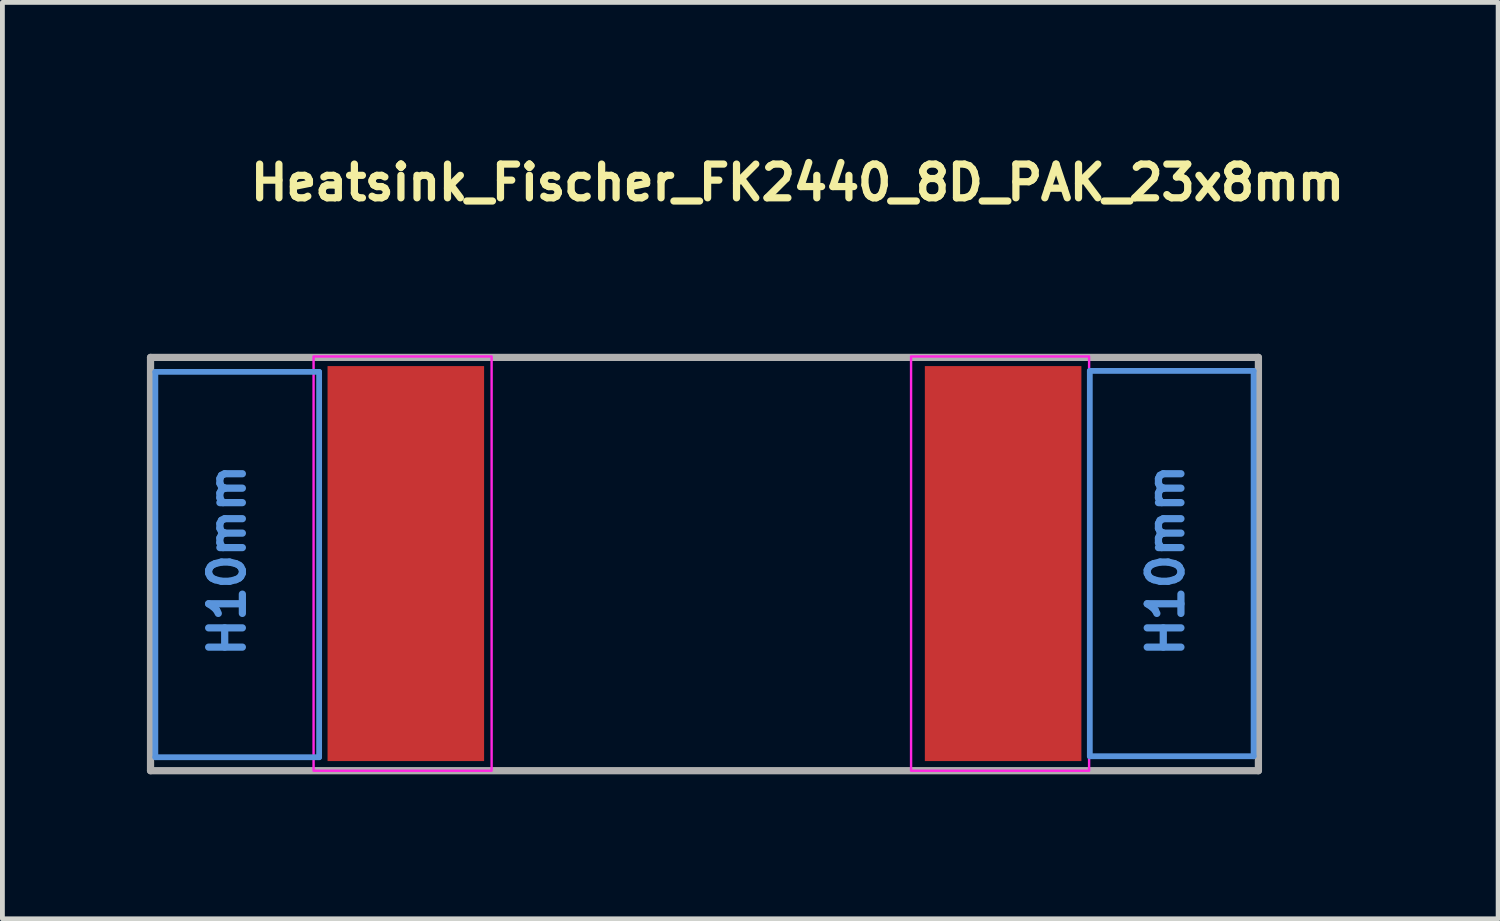
<source format=kicad_pcb>
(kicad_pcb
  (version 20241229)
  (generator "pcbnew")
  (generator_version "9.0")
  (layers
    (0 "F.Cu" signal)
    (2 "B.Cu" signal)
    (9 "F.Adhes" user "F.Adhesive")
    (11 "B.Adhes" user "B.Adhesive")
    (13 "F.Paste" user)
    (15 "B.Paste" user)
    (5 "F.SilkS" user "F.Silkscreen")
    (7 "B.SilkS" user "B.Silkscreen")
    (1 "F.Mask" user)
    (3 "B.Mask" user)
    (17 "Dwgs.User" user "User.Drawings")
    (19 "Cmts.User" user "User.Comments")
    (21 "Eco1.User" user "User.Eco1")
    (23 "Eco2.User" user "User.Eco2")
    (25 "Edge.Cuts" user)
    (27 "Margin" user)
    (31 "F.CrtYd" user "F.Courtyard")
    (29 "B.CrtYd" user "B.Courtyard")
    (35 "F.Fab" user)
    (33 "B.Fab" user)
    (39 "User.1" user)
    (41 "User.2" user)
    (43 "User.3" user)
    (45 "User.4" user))
  (footprint "Heatsink_Fischer_FK2440_8D_PAK_23x8mm"
    (layer "F.Cu")
    (at 11.56 8.65)
    (property "Reference" "Heatsink_Fischer_FK2440_8D_PAK_23x8mm" (at -9.485 -7.5 180) (layer "F.SilkS") (effects (font (size 0.7 0.7) (thickness 0.15)) (justify left bottom)))
    (attr smd)
    (fp_line (start -11.385 -3.98) (end -11.385 4.02) (stroke (width 0.12) (type solid)) (layer "Cmts.User"))
    (fp_line (start -11.385 4.02) (end -7.985 4.02) (stroke (width 0.12) (type solid)) (layer "Cmts.User"))
    (fp_line (start -7.985 -3.98) (end -11.385 -3.98) (stroke (width 0.12) (type solid)) (layer "Cmts.User"))
    (fp_line (start -7.985 -3.98) (end -7.985 4.02) (stroke (width 0.12) (type solid)) (layer "Cmts.User"))
    (fp_line (start 8.015 4) (end 8.015 -4) (stroke (width 0.12) (type solid)) (layer "Cmts.User"))
    (fp_line (start 8.015 4) (end 11.415 4) (stroke (width 0.12) (type solid)) (layer "Cmts.User"))
    (fp_line (start 11.415 -4) (end 8.015 -4) (stroke (width 0.12) (type solid)) (layer "Cmts.User"))
    (fp_line (start 11.415 4) (end 11.415 -4) (stroke (width 0.12) (type solid)) (layer "Cmts.User"))
    (fp_rect (start -8.1 -4.3) (end -4.404 4.3) (stroke (width 0.05) (type solid)) (fill no) (layer "F.CrtYd"))
    (fp_rect (start 4.304 -4.3) (end 8 4.3) (stroke (width 0.05) (type solid)) (fill no) (layer "F.CrtYd"))
    (fp_line (start -11.485 -4.28) (end 11.515 -4.28) (stroke (width 0.15) (type solid)) (layer "F.Fab"))
    (fp_line (start -11.485 4.3) (end -11.485 -4.28) (stroke (width 0.15) (type solid)) (layer "F.Fab"))
    (fp_line (start 11.515 -4.28) (end 11.515 4.3) (stroke (width 0.15) (type solid)) (layer "F.Fab"))
    (fp_line (start 11.515 4.3) (end -11.485 4.3) (stroke (width 0.15) (type solid)) (layer "F.Fab"))
    (fp_rect (start -11.5 -4) (end 11.5 4) (stroke (width 0.1) (type solid)) (fill no) (layer "User.5"))
    (fp_line (start -11.5 4) (end -11.5 -4) (stroke (width 0.02) (type solid)) (layer "User.9"))
    (fp_line (start -11.5 4) (end -11.496 4) (stroke (width 0.02) (type solid)) (layer "User.9"))
    (fp_line (start -11.496 -4) (end -11.5 -4) (stroke (width 0.02) (type solid)) (layer "User.9"))
    (fp_line (start -11.496 4) (end -11.485 4) (stroke (width 0.02) (type solid)) (layer "User.9"))
    (fp_line (start -11.485 -4) (end -11.496 -4) (stroke (width 0.02) (type solid)) (layer "User.9"))
    (fp_line (start -11.485 4) (end -11.466 4) (stroke (width 0.02) (type solid)) (layer "User.9"))
    (fp_line (start -11.466 -4) (end -11.485 -4) (stroke (width 0.02) (type solid)) (layer "User.9"))
    (fp_line (start -11.466 4) (end -11.44 4) (stroke (width 0.02) (type solid)) (layer "User.9"))
    (fp_line (start -11.44 -4) (end -11.466 -4) (stroke (width 0.02) (type solid)) (layer "User.9"))
    (fp_line (start -11.44 4) (end -11.408 4) (stroke (width 0.02) (type solid)) (layer "User.9"))
    (fp_line (start -11.408 -4) (end -11.44 -4) (stroke (width 0.02) (type solid)) (layer "User.9"))
    (fp_line (start -11.408 4) (end -11.369 4) (stroke (width 0.02) (type solid)) (layer "User.9"))
    (fp_line (start -11.369 -4) (end -11.408 -4) (stroke (width 0.02) (type solid)) (layer "User.9"))
    (fp_line (start -11.369 4) (end -11.324 4) (stroke (width 0.02) (type solid)) (layer "User.9"))
    (fp_line (start -11.324 -4) (end -11.369 -4) (stroke (width 0.02) (type solid)) (layer "User.9"))
    (fp_line (start -11.324 4) (end -11.274 4) (stroke (width 0.02) (type solid)) (layer "User.9"))
    (fp_line (start -11.274 -4) (end -11.324 -4) (stroke (width 0.02) (type solid)) (layer "User.9"))
    (fp_line (start -11.274 4) (end -11.219 4) (stroke (width 0.02) (type solid)) (layer "User.9"))
    (fp_line (start -11.219 -4) (end -11.274 -4) (stroke (width 0.02) (type solid)) (layer "User.9"))
    (fp_line (start -11.219 4) (end -11.16 4) (stroke (width 0.02) (type solid)) (layer "User.9"))
    (fp_line (start -11.16 -4) (end -11.219 -4) (stroke (width 0.02) (type solid)) (layer "User.9"))
    (fp_line (start -11.16 4) (end -11.098 4) (stroke (width 0.02) (type solid)) (layer "User.9"))
    (fp_line (start -11.098 -4) (end -11.16 -4) (stroke (width 0.02) (type solid)) (layer "User.9"))
    (fp_line (start -11.098 4) (end -11.033 4) (stroke (width 0.02) (type solid)) (layer "User.9"))
    (fp_line (start -11.033 -4) (end -11.098 -4) (stroke (width 0.02) (type solid)) (layer "User.9"))
    (fp_line (start -11.033 4) (end -10.967 4) (stroke (width 0.02) (type solid)) (layer "User.9"))
    (fp_line (start -10.967 -4) (end -11.033 -4) (stroke (width 0.02) (type solid)) (layer "User.9"))
    (fp_line (start -10.967 4) (end -10.9 4) (stroke (width 0.02) (type solid)) (layer "User.9"))
    (fp_line (start -10.9 -4) (end -10.967 -4) (stroke (width 0.02) (type solid)) (layer "User.9"))
    (fp_line (start -10.9 4) (end -10.9 -4) (stroke (width 0.02) (type solid)) (layer "User.9"))
    (fp_line (start -10.9 4) (end -5.799 4) (stroke (width 0.02) (type solid)) (layer "User.9"))
    (fp_line (start -10.8 -2.3) (end -10.796 -2.367) (stroke (width 0.02) (type solid)) (layer "User.9"))
    (fp_line (start -10.8 -2.3) (end -10.796 -2.367) (stroke (width 0.02) (type solid)) (layer "User.9"))
    (fp_line (start -10.8 0) (end -10.796 -0.067) (stroke (width 0.02) (type solid)) (layer "User.9"))
    (fp_line (start -10.8 0) (end -10.796 -0.067) (stroke (width 0.02) (type solid)) (layer "User.9"))
    (fp_line (start -10.8 2.3) (end -10.796 2.233) (stroke (width 0.02) (type solid)) (layer "User.9"))
    (fp_line (start -10.8 2.3) (end -10.796 2.233) (stroke (width 0.02) (type solid)) (layer "User.9"))
    (fp_line (start -10.796 -2.367) (end -10.785 -2.434) (stroke (width 0.02) (type solid)) (layer "User.9"))
    (fp_line (start -10.796 -2.367) (end -10.785 -2.434) (stroke (width 0.02) (type solid)) (layer "User.9"))
    (fp_line (start -10.796 -2.233) (end -10.8 -2.3) (stroke (width 0.02) (type solid)) (layer "User.9"))
    (fp_line (start -10.796 -2.233) (end -10.8 -2.3) (stroke (width 0.02) (type solid)) (layer "User.9"))
    (fp_line (start -10.796 -0.067) (end -10.785 -0.134) (stroke (width 0.02) (type solid)) (layer "User.9"))
    (fp_line (start -10.796 -0.067) (end -10.785 -0.134) (stroke (width 0.02) (type solid)) (layer "User.9"))
    (fp_line (start -10.796 0.067) (end -10.8 0) (stroke (width 0.02) (type solid)) (layer "User.9"))
    (fp_line (start -10.796 0.067) (end -10.8 0) (stroke (width 0.02) (type solid)) (layer "User.9"))
    (fp_line (start -10.796 2.233) (end -10.785 2.166) (stroke (width 0.02) (type solid)) (layer "User.9"))
    (fp_line (start -10.796 2.233) (end -10.785 2.166) (stroke (width 0.02) (type solid)) (layer "User.9"))
    (fp_line (start -10.796 2.367) (end -10.8 2.3) (stroke (width 0.02) (type solid)) (layer "User.9"))
    (fp_line (start -10.796 2.367) (end -10.8 2.3) (stroke (width 0.02) (type solid)) (layer "User.9"))
    (fp_line (start -10.785 -2.434) (end -10.766 -2.498) (stroke (width 0.02) (type solid)) (layer "User.9"))
    (fp_line (start -10.785 -2.434) (end -10.766 -2.498) (stroke (width 0.02) (type solid)) (layer "User.9"))
    (fp_line (start -10.785 -2.166) (end -10.796 -2.233) (stroke (width 0.02) (type solid)) (layer "User.9"))
    (fp_line (start -10.785 -2.166) (end -10.796 -2.233) (stroke (width 0.02) (type solid)) (layer "User.9"))
    (fp_line (start -10.785 -0.134) (end -10.766 -0.198) (stroke (width 0.02) (type solid)) (layer "User.9"))
    (fp_line (start -10.785 -0.134) (end -10.766 -0.198) (stroke (width 0.02) (type solid)) (layer "User.9"))
    (fp_line (start -10.785 0.134) (end -10.796 0.067) (stroke (width 0.02) (type solid)) (layer "User.9"))
    (fp_line (start -10.785 0.134) (end -10.796 0.067) (stroke (width 0.02) (type solid)) (layer "User.9"))
    (fp_line (start -10.785 2.166) (end -10.766 2.102) (stroke (width 0.02) (type solid)) (layer "User.9"))
    (fp_line (start -10.785 2.166) (end -10.766 2.102) (stroke (width 0.02) (type solid)) (layer "User.9"))
    (fp_line (start -10.785 2.434) (end -10.796 2.367) (stroke (width 0.02) (type solid)) (layer "User.9"))
    (fp_line (start -10.785 2.434) (end -10.796 2.367) (stroke (width 0.02) (type solid)) (layer "User.9"))
    (fp_line (start -10.766 -2.498) (end -10.74 -2.56) (stroke (width 0.02) (type solid)) (layer "User.9"))
    (fp_line (start -10.766 -2.498) (end -10.74 -2.56) (stroke (width 0.02) (type solid)) (layer "User.9"))
    (fp_line (start -10.766 -2.102) (end -10.785 -2.166) (stroke (width 0.02) (type solid)) (layer "User.9"))
    (fp_line (start -10.766 -2.102) (end -10.785 -2.166) (stroke (width 0.02) (type solid)) (layer "User.9"))
    (fp_line (start -10.766 -0.198) (end -10.74 -0.26) (stroke (width 0.02) (type solid)) (layer "User.9"))
    (fp_line (start -10.766 -0.198) (end -10.74 -0.26) (stroke (width 0.02) (type solid)) (layer "User.9"))
    (fp_line (start -10.766 0.198) (end -10.785 0.134) (stroke (width 0.02) (type solid)) (layer "User.9"))
    (fp_line (start -10.766 0.198) (end -10.785 0.134) (stroke (width 0.02) (type solid)) (layer "User.9"))
    (fp_line (start -10.766 2.102) (end -10.74 2.04) (stroke (width 0.02) (type solid)) (layer "User.9"))
    (fp_line (start -10.766 2.102) (end -10.74 2.04) (stroke (width 0.02) (type solid)) (layer "User.9"))
    (fp_line (start -10.766 2.498) (end -10.785 2.434) (stroke (width 0.02) (type solid)) (layer "User.9"))
    (fp_line (start -10.766 2.498) (end -10.785 2.434) (stroke (width 0.02) (type solid)) (layer "User.9"))
    (fp_line (start -10.74 -2.56) (end -10.708 -2.619) (stroke (width 0.02) (type solid)) (layer "User.9"))
    (fp_line (start -10.74 -2.56) (end -10.708 -2.619) (stroke (width 0.02) (type solid)) (layer "User.9"))
    (fp_line (start -10.74 -2.04) (end -10.766 -2.102) (stroke (width 0.02) (type solid)) (layer "User.9"))
    (fp_line (start -10.74 -2.04) (end -10.766 -2.102) (stroke (width 0.02) (type solid)) (layer "User.9"))
    (fp_line (start -10.74 -0.26) (end -10.708 -0.319) (stroke (width 0.02) (type solid)) (layer "User.9"))
    (fp_line (start -10.74 -0.26) (end -10.708 -0.319) (stroke (width 0.02) (type solid)) (layer "User.9"))
    (fp_line (start -10.74 0.26) (end -10.766 0.198) (stroke (width 0.02) (type solid)) (layer "User.9"))
    (fp_line (start -10.74 0.26) (end -10.766 0.198) (stroke (width 0.02) (type solid)) (layer "User.9"))
    (fp_line (start -10.74 2.04) (end -10.708 1.981) (stroke (width 0.02) (type solid)) (layer "User.9"))
    (fp_line (start -10.74 2.04) (end -10.708 1.981) (stroke (width 0.02) (type solid)) (layer "User.9"))
    (fp_line (start -10.74 2.56) (end -10.766 2.498) (stroke (width 0.02) (type solid)) (layer "User.9"))
    (fp_line (start -10.74 2.56) (end -10.766 2.498) (stroke (width 0.02) (type solid)) (layer "User.9"))
    (fp_line (start -10.708 -2.619) (end -10.669 -2.674) (stroke (width 0.02) (type solid)) (layer "User.9"))
    (fp_line (start -10.708 -2.619) (end -10.669 -2.674) (stroke (width 0.02) (type solid)) (layer "User.9"))
    (fp_line (start -10.708 -1.981) (end -10.74 -2.04) (stroke (width 0.02) (type solid)) (layer "User.9"))
    (fp_line (start -10.708 -1.981) (end -10.74 -2.04) (stroke (width 0.02) (type solid)) (layer "User.9"))
    (fp_line (start -10.708 -0.319) (end -10.669 -0.374) (stroke (width 0.02) (type solid)) (layer "User.9"))
    (fp_line (start -10.708 -0.319) (end -10.669 -0.374) (stroke (width 0.02) (type solid)) (layer "User.9"))
    (fp_line (start -10.708 0.319) (end -10.74 0.26) (stroke (width 0.02) (type solid)) (layer "User.9"))
    (fp_line (start -10.708 0.319) (end -10.74 0.26) (stroke (width 0.02) (type solid)) (layer "User.9"))
    (fp_line (start -10.708 1.981) (end -10.669 1.926) (stroke (width 0.02) (type solid)) (layer "User.9"))
    (fp_line (start -10.708 1.981) (end -10.669 1.926) (stroke (width 0.02) (type solid)) (layer "User.9"))
    (fp_line (start -10.708 2.619) (end -10.74 2.56) (stroke (width 0.02) (type solid)) (layer "User.9"))
    (fp_line (start -10.708 2.619) (end -10.74 2.56) (stroke (width 0.02) (type solid)) (layer "User.9"))
    (fp_line (start -10.669 -2.674) (end -10.624 -2.724) (stroke (width 0.02) (type solid)) (layer "User.9"))
    (fp_line (start -10.669 -2.674) (end -10.624 -2.724) (stroke (width 0.02) (type solid)) (layer "User.9"))
    (fp_line (start -10.669 -1.926) (end -10.708 -1.981) (stroke (width 0.02) (type solid)) (layer "User.9"))
    (fp_line (start -10.669 -1.926) (end -10.708 -1.981) (stroke (width 0.02) (type solid)) (layer "User.9"))
    (fp_line (start -10.669 -0.374) (end -10.624 -0.424) (stroke (width 0.02) (type solid)) (layer "User.9"))
    (fp_line (start -10.669 -0.374) (end -10.624 -0.424) (stroke (width 0.02) (type solid)) (layer "User.9"))
    (fp_line (start -10.669 0.374) (end -10.708 0.319) (stroke (width 0.02) (type solid)) (layer "User.9"))
    (fp_line (start -10.669 0.374) (end -10.708 0.319) (stroke (width 0.02) (type solid)) (layer "User.9"))
    (fp_line (start -10.669 1.926) (end -10.624 1.876) (stroke (width 0.02) (type solid)) (layer "User.9"))
    (fp_line (start -10.669 1.926) (end -10.624 1.876) (stroke (width 0.02) (type solid)) (layer "User.9"))
    (fp_line (start -10.669 2.674) (end -10.708 2.619) (stroke (width 0.02) (type solid)) (layer "User.9"))
    (fp_line (start -10.669 2.674) (end -10.708 2.619) (stroke (width 0.02) (type solid)) (layer "User.9"))
    (fp_line (start -10.624 -2.724) (end -10.574 -2.769) (stroke (width 0.02) (type solid)) (layer "User.9"))
    (fp_line (start -10.624 -2.724) (end -10.574 -2.769) (stroke (width 0.02) (type solid)) (layer "User.9"))
    (fp_line (start -10.624 -1.876) (end -10.669 -1.926) (stroke (width 0.02) (type solid)) (layer "User.9"))
    (fp_line (start -10.624 -1.876) (end -10.669 -1.926) (stroke (width 0.02) (type solid)) (layer "User.9"))
    (fp_line (start -10.624 -0.424) (end -10.574 -0.469) (stroke (width 0.02) (type solid)) (layer "User.9"))
    (fp_line (start -10.624 -0.424) (end -10.574 -0.469) (stroke (width 0.02) (type solid)) (layer "User.9"))
    (fp_line (start -10.624 0.424) (end -10.669 0.374) (stroke (width 0.02) (type solid)) (layer "User.9"))
    (fp_line (start -10.624 0.424) (end -10.669 0.374) (stroke (width 0.02) (type solid)) (layer "User.9"))
    (fp_line (start -10.624 1.876) (end -10.574 1.831) (stroke (width 0.02) (type solid)) (layer "User.9"))
    (fp_line (start -10.624 1.876) (end -10.574 1.831) (stroke (width 0.02) (type solid)) (layer "User.9"))
    (fp_line (start -10.624 2.724) (end -10.669 2.674) (stroke (width 0.02) (type solid)) (layer "User.9"))
    (fp_line (start -10.624 2.724) (end -10.669 2.674) (stroke (width 0.02) (type solid)) (layer "User.9"))
    (fp_line (start -10.574 -2.769) (end -10.519 -2.808) (stroke (width 0.02) (type solid)) (layer "User.9"))
    (fp_line (start -10.574 -2.769) (end -10.519 -2.808) (stroke (width 0.02) (type solid)) (layer "User.9"))
    (fp_line (start -10.574 -1.831) (end -10.624 -1.876) (stroke (width 0.02) (type solid)) (layer "User.9"))
    (fp_line (start -10.574 -1.831) (end -10.624 -1.876) (stroke (width 0.02) (type solid)) (layer "User.9"))
    (fp_line (start -10.574 -0.469) (end -10.519 -0.508) (stroke (width 0.02) (type solid)) (layer "User.9"))
    (fp_line (start -10.574 -0.469) (end -10.519 -0.508) (stroke (width 0.02) (type solid)) (layer "User.9"))
    (fp_line (start -10.574 0.469) (end -10.624 0.424) (stroke (width 0.02) (type solid)) (layer "User.9"))
    (fp_line (start -10.574 0.469) (end -10.624 0.424) (stroke (width 0.02) (type solid)) (layer "User.9"))
    (fp_line (start -10.574 1.831) (end -10.519 1.792) (stroke (width 0.02) (type solid)) (layer "User.9"))
    (fp_line (start -10.574 1.831) (end -10.519 1.792) (stroke (width 0.02) (type solid)) (layer "User.9"))
    (fp_line (start -10.574 2.769) (end -10.624 2.724) (stroke (width 0.02) (type solid)) (layer "User.9"))
    (fp_line (start -10.574 2.769) (end -10.624 2.724) (stroke (width 0.02) (type solid)) (layer "User.9"))
    (fp_line (start -10.519 -2.808) (end -10.46 -2.841) (stroke (width 0.02) (type solid)) (layer "User.9"))
    (fp_line (start -10.519 -2.808) (end -10.46 -2.841) (stroke (width 0.02) (type solid)) (layer "User.9"))
    (fp_line (start -10.519 -1.792) (end -10.574 -1.831) (stroke (width 0.02) (type solid)) (layer "User.9"))
    (fp_line (start -10.519 -1.792) (end -10.574 -1.831) (stroke (width 0.02) (type solid)) (layer "User.9"))
    (fp_line (start -10.519 -0.508) (end -10.46 -0.541) (stroke (width 0.02) (type solid)) (layer "User.9"))
    (fp_line (start -10.519 -0.508) (end -10.46 -0.541) (stroke (width 0.02) (type solid)) (layer "User.9"))
    (fp_line (start -10.519 0.508) (end -10.574 0.469) (stroke (width 0.02) (type solid)) (layer "User.9"))
    (fp_line (start -10.519 0.508) (end -10.574 0.469) (stroke (width 0.02) (type solid)) (layer "User.9"))
    (fp_line (start -10.519 1.792) (end -10.46 1.759) (stroke (width 0.02) (type solid)) (layer "User.9"))
    (fp_line (start -10.519 1.792) (end -10.46 1.759) (stroke (width 0.02) (type solid)) (layer "User.9"))
    (fp_line (start -10.519 2.808) (end -10.574 2.769) (stroke (width 0.02) (type solid)) (layer "User.9"))
    (fp_line (start -10.519 2.808) (end -10.574 2.769) (stroke (width 0.02) (type solid)) (layer "User.9"))
    (fp_line (start -10.46 -2.841) (end -10.398 -2.866) (stroke (width 0.02) (type solid)) (layer "User.9"))
    (fp_line (start -10.46 -2.841) (end -10.398 -2.866) (stroke (width 0.02) (type solid)) (layer "User.9"))
    (fp_line (start -10.46 -1.759) (end -10.519 -1.792) (stroke (width 0.02) (type solid)) (layer "User.9"))
    (fp_line (start -10.46 -1.759) (end -10.519 -1.792) (stroke (width 0.02) (type solid)) (layer "User.9"))
    (fp_line (start -10.46 -0.541) (end -10.398 -0.566) (stroke (width 0.02) (type solid)) (layer "User.9"))
    (fp_line (start -10.46 -0.541) (end -10.398 -0.566) (stroke (width 0.02) (type solid)) (layer "User.9"))
    (fp_line (start -10.46 0.541) (end -10.519 0.508) (stroke (width 0.02) (type solid)) (layer "User.9"))
    (fp_line (start -10.46 0.541) (end -10.519 0.508) (stroke (width 0.02) (type solid)) (layer "User.9"))
    (fp_line (start -10.46 1.759) (end -10.398 1.734) (stroke (width 0.02) (type solid)) (layer "User.9"))
    (fp_line (start -10.46 1.759) (end -10.398 1.734) (stroke (width 0.02) (type solid)) (layer "User.9"))
    (fp_line (start -10.46 2.841) (end -10.519 2.808) (stroke (width 0.02) (type solid)) (layer "User.9"))
    (fp_line (start -10.46 2.841) (end -10.519 2.808) (stroke (width 0.02) (type solid)) (layer "User.9"))
    (fp_line (start -10.398 -2.866) (end -10.333 -2.885) (stroke (width 0.02) (type solid)) (layer "User.9"))
    (fp_line (start -10.398 -2.866) (end -10.333 -2.885) (stroke (width 0.02) (type solid)) (layer "User.9"))
    (fp_line (start -10.398 -1.734) (end -10.46 -1.759) (stroke (width 0.02) (type solid)) (layer "User.9"))
    (fp_line (start -10.398 -1.734) (end -10.46 -1.759) (stroke (width 0.02) (type solid)) (layer "User.9"))
    (fp_line (start -10.398 -0.566) (end -10.333 -0.585) (stroke (width 0.02) (type solid)) (layer "User.9"))
    (fp_line (start -10.398 -0.566) (end -10.333 -0.585) (stroke (width 0.02) (type solid)) (layer "User.9"))
    (fp_line (start -10.398 0.566) (end -10.46 0.541) (stroke (width 0.02) (type solid)) (layer "User.9"))
    (fp_line (start -10.398 0.566) (end -10.46 0.541) (stroke (width 0.02) (type solid)) (layer "User.9"))
    (fp_line (start -10.398 1.734) (end -10.333 1.715) (stroke (width 0.02) (type solid)) (layer "User.9"))
    (fp_line (start -10.398 1.734) (end -10.333 1.715) (stroke (width 0.02) (type solid)) (layer "User.9"))
    (fp_line (start -10.398 2.866) (end -10.46 2.841) (stroke (width 0.02) (type solid)) (layer "User.9"))
    (fp_line (start -10.398 2.866) (end -10.46 2.841) (stroke (width 0.02) (type solid)) (layer "User.9"))
    (fp_line (start -10.333 -2.885) (end -10.267 -2.896) (stroke (width 0.02) (type solid)) (layer "User.9"))
    (fp_line (start -10.333 -2.885) (end -10.267 -2.896) (stroke (width 0.02) (type solid)) (layer "User.9"))
    (fp_line (start -10.333 -1.715) (end -10.398 -1.734) (stroke (width 0.02) (type solid)) (layer "User.9"))
    (fp_line (start -10.333 -1.715) (end -10.398 -1.734) (stroke (width 0.02) (type solid)) (layer "User.9"))
    (fp_line (start -10.333 -0.585) (end -10.267 -0.596) (stroke (width 0.02) (type solid)) (layer "User.9"))
    (fp_line (start -10.333 -0.585) (end -10.267 -0.596) (stroke (width 0.02) (type solid)) (layer "User.9"))
    (fp_line (start -10.333 0.585) (end -10.398 0.566) (stroke (width 0.02) (type solid)) (layer "User.9"))
    (fp_line (start -10.333 0.585) (end -10.398 0.566) (stroke (width 0.02) (type solid)) (layer "User.9"))
    (fp_line (start -10.333 1.715) (end -10.267 1.704) (stroke (width 0.02) (type solid)) (layer "User.9"))
    (fp_line (start -10.333 1.715) (end -10.267 1.704) (stroke (width 0.02) (type solid)) (layer "User.9"))
    (fp_line (start -10.333 2.885) (end -10.398 2.866) (stroke (width 0.02) (type solid)) (layer "User.9"))
    (fp_line (start -10.333 2.885) (end -10.398 2.866) (stroke (width 0.02) (type solid)) (layer "User.9"))
    (fp_line (start -10.267 -2.896) (end -10.2 -2.9) (stroke (width 0.02) (type solid)) (layer "User.9"))
    (fp_line (start -10.267 -2.896) (end -10.2 -2.9) (stroke (width 0.02) (type solid)) (layer "User.9"))
    (fp_line (start -10.267 -1.704) (end -10.333 -1.715) (stroke (width 0.02) (type solid)) (layer "User.9"))
    (fp_line (start -10.267 -1.704) (end -10.333 -1.715) (stroke (width 0.02) (type solid)) (layer "User.9"))
    (fp_line (start -10.267 -0.596) (end -10.2 -0.6) (stroke (width 0.02) (type solid)) (layer "User.9"))
    (fp_line (start -10.267 -0.596) (end -10.2 -0.6) (stroke (width 0.02) (type solid)) (layer "User.9"))
    (fp_line (start -10.267 0.596) (end -10.333 0.585) (stroke (width 0.02) (type solid)) (layer "User.9"))
    (fp_line (start -10.267 0.596) (end -10.333 0.585) (stroke (width 0.02) (type solid)) (layer "User.9"))
    (fp_line (start -10.267 1.704) (end -10.2 1.7) (stroke (width 0.02) (type solid)) (layer "User.9"))
    (fp_line (start -10.267 1.704) (end -10.2 1.7) (stroke (width 0.02) (type solid)) (layer "User.9"))
    (fp_line (start -10.267 2.896) (end -10.333 2.885) (stroke (width 0.02) (type solid)) (layer "User.9"))
    (fp_line (start -10.267 2.896) (end -10.333 2.885) (stroke (width 0.02) (type solid)) (layer "User.9"))
    (fp_line (start -10.2 -2.9) (end -6.7 -2.9) (stroke (width 0.02) (type solid)) (layer "User.9"))
    (fp_line (start -10.2 -1.7) (end -10.267 -1.704) (stroke (width 0.02) (type solid)) (layer "User.9"))
    (fp_line (start -10.2 -1.7) (end -10.267 -1.704) (stroke (width 0.02) (type solid)) (layer "User.9"))
    (fp_line (start -10.2 -0.6) (end -6.7 -0.6) (stroke (width 0.02) (type solid)) (layer "User.9"))
    (fp_line (start -10.2 0.6) (end -10.267 0.596) (stroke (width 0.02) (type solid)) (layer "User.9"))
    (fp_line (start -10.2 0.6) (end -10.267 0.596) (stroke (width 0.02) (type solid)) (layer "User.9"))
    (fp_line (start -10.2 1.7) (end -6.7 1.7) (stroke (width 0.02) (type solid)) (layer "User.9"))
    (fp_line (start -10.2 2.9) (end -10.267 2.896) (stroke (width 0.02) (type solid)) (layer "User.9"))
    (fp_line (start -10.2 2.9) (end -10.267 2.896) (stroke (width 0.02) (type solid)) (layer "User.9"))
    (fp_line (start -7.4 -1.7) (end -7.4 -2.9) (stroke (width 0.02) (type solid)) (layer "User.9"))
    (fp_line (start -7.4 0.6) (end -7.4 -0.6) (stroke (width 0.02) (type solid)) (layer "User.9"))
    (fp_line (start -7.4 2.9) (end -7.4 1.7) (stroke (width 0.02) (type solid)) (layer "User.9"))
    (fp_line (start -6.7 -2.9) (end -6.633 -2.896) (stroke (width 0.02) (type solid)) (layer "User.9"))
    (fp_line (start -6.7 -2.9) (end -6.633 -2.896) (stroke (width 0.02) (type solid)) (layer "User.9"))
    (fp_line (start -6.7 -1.7) (end -10.2 -1.7) (stroke (width 0.02) (type solid)) (layer "User.9"))
    (fp_line (start -6.7 -0.6) (end -6.633 -0.596) (stroke (width 0.02) (type solid)) (layer "User.9"))
    (fp_line (start -6.7 -0.6) (end -6.633 -0.596) (stroke (width 0.02) (type solid)) (layer "User.9"))
    (fp_line (start -6.7 0.6) (end -10.2 0.6) (stroke (width 0.02) (type solid)) (layer "User.9"))
    (fp_line (start -6.7 1.7) (end -6.633 1.704) (stroke (width 0.02) (type solid)) (layer "User.9"))
    (fp_line (start -6.7 1.7) (end -6.633 1.704) (stroke (width 0.02) (type solid)) (layer "User.9"))
    (fp_line (start -6.7 2.9) (end -10.2 2.9) (stroke (width 0.02) (type solid)) (layer "User.9"))
    (fp_line (start -6.633 -2.896) (end -6.566 -2.885) (stroke (width 0.02) (type solid)) (layer "User.9"))
    (fp_line (start -6.633 -2.896) (end -6.566 -2.885) (stroke (width 0.02) (type solid)) (layer "User.9"))
    (fp_line (start -6.633 -1.704) (end -6.7 -1.7) (stroke (width 0.02) (type solid)) (layer "User.9"))
    (fp_line (start -6.633 -1.704) (end -6.7 -1.7) (stroke (width 0.02) (type solid)) (layer "User.9"))
    (fp_line (start -6.633 -0.596) (end -6.566 -0.585) (stroke (width 0.02) (type solid)) (layer "User.9"))
    (fp_line (start -6.633 -0.596) (end -6.566 -0.585) (stroke (width 0.02) (type solid)) (layer "User.9"))
    (fp_line (start -6.633 0.596) (end -6.7 0.6) (stroke (width 0.02) (type solid)) (layer "User.9"))
    (fp_line (start -6.633 0.596) (end -6.7 0.6) (stroke (width 0.02) (type solid)) (layer "User.9"))
    (fp_line (start -6.633 1.704) (end -6.566 1.715) (stroke (width 0.02) (type solid)) (layer "User.9"))
    (fp_line (start -6.633 1.704) (end -6.566 1.715) (stroke (width 0.02) (type solid)) (layer "User.9"))
    (fp_line (start -6.633 2.896) (end -6.7 2.9) (stroke (width 0.02) (type solid)) (layer "User.9"))
    (fp_line (start -6.633 2.896) (end -6.7 2.9) (stroke (width 0.02) (type solid)) (layer "User.9"))
    (fp_line (start -6.566 -2.885) (end -6.502 -2.866) (stroke (width 0.02) (type solid)) (layer "User.9"))
    (fp_line (start -6.566 -2.885) (end -6.502 -2.866) (stroke (width 0.02) (type solid)) (layer "User.9"))
    (fp_line (start -6.566 -1.715) (end -6.633 -1.704) (stroke (width 0.02) (type solid)) (layer "User.9"))
    (fp_line (start -6.566 -1.715) (end -6.633 -1.704) (stroke (width 0.02) (type solid)) (layer "User.9"))
    (fp_line (start -6.566 -0.585) (end -6.502 -0.566) (stroke (width 0.02) (type solid)) (layer "User.9"))
    (fp_line (start -6.566 -0.585) (end -6.502 -0.566) (stroke (width 0.02) (type solid)) (layer "User.9"))
    (fp_line (start -6.566 0.585) (end -6.633 0.596) (stroke (width 0.02) (type solid)) (layer "User.9"))
    (fp_line (start -6.566 0.585) (end -6.633 0.596) (stroke (width 0.02) (type solid)) (layer "User.9"))
    (fp_line (start -6.566 1.715) (end -6.502 1.734) (stroke (width 0.02) (type solid)) (layer "User.9"))
    (fp_line (start -6.566 1.715) (end -6.502 1.734) (stroke (width 0.02) (type solid)) (layer "User.9"))
    (fp_line (start -6.566 2.885) (end -6.633 2.896) (stroke (width 0.02) (type solid)) (layer "User.9"))
    (fp_line (start -6.566 2.885) (end -6.633 2.896) (stroke (width 0.02) (type solid)) (layer "User.9"))
    (fp_line (start -6.502 -2.866) (end -6.44 -2.841) (stroke (width 0.02) (type solid)) (layer "User.9"))
    (fp_line (start -6.502 -2.866) (end -6.44 -2.841) (stroke (width 0.02) (type solid)) (layer "User.9"))
    (fp_line (start -6.502 -1.734) (end -6.566 -1.715) (stroke (width 0.02) (type solid)) (layer "User.9"))
    (fp_line (start -6.502 -1.734) (end -6.566 -1.715) (stroke (width 0.02) (type solid)) (layer "User.9"))
    (fp_line (start -6.502 -0.566) (end -6.44 -0.541) (stroke (width 0.02) (type solid)) (layer "User.9"))
    (fp_line (start -6.502 -0.566) (end -6.44 -0.541) (stroke (width 0.02) (type solid)) (layer "User.9"))
    (fp_line (start -6.502 0.566) (end -6.566 0.585) (stroke (width 0.02) (type solid)) (layer "User.9"))
    (fp_line (start -6.502 0.566) (end -6.566 0.585) (stroke (width 0.02) (type solid)) (layer "User.9"))
    (fp_line (start -6.502 1.734) (end -6.44 1.759) (stroke (width 0.02) (type solid)) (layer "User.9"))
    (fp_line (start -6.502 1.734) (end -6.44 1.759) (stroke (width 0.02) (type solid)) (layer "User.9"))
    (fp_line (start -6.502 2.866) (end -6.566 2.885) (stroke (width 0.02) (type solid)) (layer "User.9"))
    (fp_line (start -6.502 2.866) (end -6.566 2.885) (stroke (width 0.02) (type solid)) (layer "User.9"))
    (fp_line (start -6.44 -2.841) (end -6.381 -2.808) (stroke (width 0.02) (type solid)) (layer "User.9"))
    (fp_line (start -6.44 -2.841) (end -6.381 -2.808) (stroke (width 0.02) (type solid)) (layer "User.9"))
    (fp_line (start -6.44 -1.759) (end -6.502 -1.734) (stroke (width 0.02) (type solid)) (layer "User.9"))
    (fp_line (start -6.44 -1.759) (end -6.502 -1.734) (stroke (width 0.02) (type solid)) (layer "User.9"))
    (fp_line (start -6.44 -0.541) (end -6.381 -0.508) (stroke (width 0.02) (type solid)) (layer "User.9"))
    (fp_line (start -6.44 -0.541) (end -6.381 -0.508) (stroke (width 0.02) (type solid)) (layer "User.9"))
    (fp_line (start -6.44 0.541) (end -6.502 0.566) (stroke (width 0.02) (type solid)) (layer "User.9"))
    (fp_line (start -6.44 0.541) (end -6.502 0.566) (stroke (width 0.02) (type solid)) (layer "User.9"))
    (fp_line (start -6.44 1.759) (end -6.381 1.792) (stroke (width 0.02) (type solid)) (layer "User.9"))
    (fp_line (start -6.44 1.759) (end -6.381 1.792) (stroke (width 0.02) (type solid)) (layer "User.9"))
    (fp_line (start -6.44 2.841) (end -6.502 2.866) (stroke (width 0.02) (type solid)) (layer "User.9"))
    (fp_line (start -6.44 2.841) (end -6.502 2.866) (stroke (width 0.02) (type solid)) (layer "User.9"))
    (fp_line (start -6.381 -2.808) (end -6.326 -2.769) (stroke (width 0.02) (type solid)) (layer "User.9"))
    (fp_line (start -6.381 -2.808) (end -6.326 -2.769) (stroke (width 0.02) (type solid)) (layer "User.9"))
    (fp_line (start -6.381 -1.792) (end -6.44 -1.759) (stroke (width 0.02) (type solid)) (layer "User.9"))
    (fp_line (start -6.381 -1.792) (end -6.44 -1.759) (stroke (width 0.02) (type solid)) (layer "User.9"))
    (fp_line (start -6.381 -0.508) (end -6.326 -0.469) (stroke (width 0.02) (type solid)) (layer "User.9"))
    (fp_line (start -6.381 -0.508) (end -6.326 -0.469) (stroke (width 0.02) (type solid)) (layer "User.9"))
    (fp_line (start -6.381 0.508) (end -6.44 0.541) (stroke (width 0.02) (type solid)) (layer "User.9"))
    (fp_line (start -6.381 0.508) (end -6.44 0.541) (stroke (width 0.02) (type solid)) (layer "User.9"))
    (fp_line (start -6.381 1.792) (end -6.326 1.831) (stroke (width 0.02) (type solid)) (layer "User.9"))
    (fp_line (start -6.381 1.792) (end -6.326 1.831) (stroke (width 0.02) (type solid)) (layer "User.9"))
    (fp_line (start -6.381 2.808) (end -6.44 2.841) (stroke (width 0.02) (type solid)) (layer "User.9"))
    (fp_line (start -6.381 2.808) (end -6.44 2.841) (stroke (width 0.02) (type solid)) (layer "User.9"))
    (fp_line (start -6.326 -2.769) (end -6.276 -2.724) (stroke (width 0.02) (type solid)) (layer "User.9"))
    (fp_line (start -6.326 -2.769) (end -6.276 -2.724) (stroke (width 0.02) (type solid)) (layer "User.9"))
    (fp_line (start -6.326 -1.831) (end -6.381 -1.792) (stroke (width 0.02) (type solid)) (layer "User.9"))
    (fp_line (start -6.326 -1.831) (end -6.381 -1.792) (stroke (width 0.02) (type solid)) (layer "User.9"))
    (fp_line (start -6.326 -0.469) (end -6.276 -0.424) (stroke (width 0.02) (type solid)) (layer "User.9"))
    (fp_line (start -6.326 -0.469) (end -6.276 -0.424) (stroke (width 0.02) (type solid)) (layer "User.9"))
    (fp_line (start -6.326 0.469) (end -6.381 0.508) (stroke (width 0.02) (type solid)) (layer "User.9"))
    (fp_line (start -6.326 0.469) (end -6.381 0.508) (stroke (width 0.02) (type solid)) (layer "User.9"))
    (fp_line (start -6.326 1.831) (end -6.276 1.876) (stroke (width 0.02) (type solid)) (layer "User.9"))
    (fp_line (start -6.326 1.831) (end -6.276 1.876) (stroke (width 0.02) (type solid)) (layer "User.9"))
    (fp_line (start -6.326 2.769) (end -6.381 2.808) (stroke (width 0.02) (type solid)) (layer "User.9"))
    (fp_line (start -6.326 2.769) (end -6.381 2.808) (stroke (width 0.02) (type solid)) (layer "User.9"))
    (fp_line (start -6.276 -2.724) (end -6.231 -2.674) (stroke (width 0.02) (type solid)) (layer "User.9"))
    (fp_line (start -6.276 -2.724) (end -6.231 -2.674) (stroke (width 0.02) (type solid)) (layer "User.9"))
    (fp_line (start -6.276 -1.876) (end -6.326 -1.831) (stroke (width 0.02) (type solid)) (layer "User.9"))
    (fp_line (start -6.276 -1.876) (end -6.326 -1.831) (stroke (width 0.02) (type solid)) (layer "User.9"))
    (fp_line (start -6.276 -0.424) (end -6.231 -0.374) (stroke (width 0.02) (type solid)) (layer "User.9"))
    (fp_line (start -6.276 -0.424) (end -6.231 -0.374) (stroke (width 0.02) (type solid)) (layer "User.9"))
    (fp_line (start -6.276 0.424) (end -6.326 0.469) (stroke (width 0.02) (type solid)) (layer "User.9"))
    (fp_line (start -6.276 0.424) (end -6.326 0.469) (stroke (width 0.02) (type solid)) (layer "User.9"))
    (fp_line (start -6.276 1.876) (end -6.231 1.926) (stroke (width 0.02) (type solid)) (layer "User.9"))
    (fp_line (start -6.276 1.876) (end -6.231 1.926) (stroke (width 0.02) (type solid)) (layer "User.9"))
    (fp_line (start -6.276 2.724) (end -6.326 2.769) (stroke (width 0.02) (type solid)) (layer "User.9"))
    (fp_line (start -6.276 2.724) (end -6.326 2.769) (stroke (width 0.02) (type solid)) (layer "User.9"))
    (fp_line (start -6.231 -2.674) (end -6.192 -2.619) (stroke (width 0.02) (type solid)) (layer "User.9"))
    (fp_line (start -6.231 -2.674) (end -6.192 -2.619) (stroke (width 0.02) (type solid)) (layer "User.9"))
    (fp_line (start -6.231 -1.926) (end -6.276 -1.876) (stroke (width 0.02) (type solid)) (layer "User.9"))
    (fp_line (start -6.231 -1.926) (end -6.276 -1.876) (stroke (width 0.02) (type solid)) (layer "User.9"))
    (fp_line (start -6.231 -0.374) (end -6.192 -0.319) (stroke (width 0.02) (type solid)) (layer "User.9"))
    (fp_line (start -6.231 -0.374) (end -6.192 -0.319) (stroke (width 0.02) (type solid)) (layer "User.9"))
    (fp_line (start -6.231 0.374) (end -6.276 0.424) (stroke (width 0.02) (type solid)) (layer "User.9"))
    (fp_line (start -6.231 0.374) (end -6.276 0.424) (stroke (width 0.02) (type solid)) (layer "User.9"))
    (fp_line (start -6.231 1.926) (end -6.192 1.981) (stroke (width 0.02) (type solid)) (layer "User.9"))
    (fp_line (start -6.231 1.926) (end -6.192 1.981) (stroke (width 0.02) (type solid)) (layer "User.9"))
    (fp_line (start -6.231 2.674) (end -6.276 2.724) (stroke (width 0.02) (type solid)) (layer "User.9"))
    (fp_line (start -6.231 2.674) (end -6.276 2.724) (stroke (width 0.02) (type solid)) (layer "User.9"))
    (fp_line (start -6.192 -2.619) (end -6.159 -2.56) (stroke (width 0.02) (type solid)) (layer "User.9"))
    (fp_line (start -6.192 -2.619) (end -6.159 -2.56) (stroke (width 0.02) (type solid)) (layer "User.9"))
    (fp_line (start -6.192 -1.981) (end -6.231 -1.926) (stroke (width 0.02) (type solid)) (layer "User.9"))
    (fp_line (start -6.192 -1.981) (end -6.231 -1.926) (stroke (width 0.02) (type solid)) (layer "User.9"))
    (fp_line (start -6.192 -0.319) (end -6.159 -0.26) (stroke (width 0.02) (type solid)) (layer "User.9"))
    (fp_line (start -6.192 -0.319) (end -6.159 -0.26) (stroke (width 0.02) (type solid)) (layer "User.9"))
    (fp_line (start -6.192 0.319) (end -6.231 0.374) (stroke (width 0.02) (type solid)) (layer "User.9"))
    (fp_line (start -6.192 0.319) (end -6.231 0.374) (stroke (width 0.02) (type solid)) (layer "User.9"))
    (fp_line (start -6.192 1.981) (end -6.159 2.04) (stroke (width 0.02) (type solid)) (layer "User.9"))
    (fp_line (start -6.192 1.981) (end -6.159 2.04) (stroke (width 0.02) (type solid)) (layer "User.9"))
    (fp_line (start -6.192 2.619) (end -6.231 2.674) (stroke (width 0.02) (type solid)) (layer "User.9"))
    (fp_line (start -6.192 2.619) (end -6.231 2.674) (stroke (width 0.02) (type solid)) (layer "User.9"))
    (fp_line (start -6.159 -2.56) (end -6.134 -2.498) (stroke (width 0.02) (type solid)) (layer "User.9"))
    (fp_line (start -6.159 -2.56) (end -6.134 -2.498) (stroke (width 0.02) (type solid)) (layer "User.9"))
    (fp_line (start -6.159 -2.04) (end -6.192 -1.981) (stroke (width 0.02) (type solid)) (layer "User.9"))
    (fp_line (start -6.159 -2.04) (end -6.192 -1.981) (stroke (width 0.02) (type solid)) (layer "User.9"))
    (fp_line (start -6.159 -0.26) (end -6.134 -0.198) (stroke (width 0.02) (type solid)) (layer "User.9"))
    (fp_line (start -6.159 -0.26) (end -6.134 -0.198) (stroke (width 0.02) (type solid)) (layer "User.9"))
    (fp_line (start -6.159 0.26) (end -6.192 0.319) (stroke (width 0.02) (type solid)) (layer "User.9"))
    (fp_line (start -6.159 0.26) (end -6.192 0.319) (stroke (width 0.02) (type solid)) (layer "User.9"))
    (fp_line (start -6.159 2.04) (end -6.134 2.102) (stroke (width 0.02) (type solid)) (layer "User.9"))
    (fp_line (start -6.159 2.04) (end -6.134 2.102) (stroke (width 0.02) (type solid)) (layer "User.9"))
    (fp_line (start -6.159 2.56) (end -6.192 2.619) (stroke (width 0.02) (type solid)) (layer "User.9"))
    (fp_line (start -6.159 2.56) (end -6.192 2.619) (stroke (width 0.02) (type solid)) (layer "User.9"))
    (fp_line (start -6.134 -2.498) (end -6.115 -2.434) (stroke (width 0.02) (type solid)) (layer "User.9"))
    (fp_line (start -6.134 -2.498) (end -6.115 -2.434) (stroke (width 0.02) (type solid)) (layer "User.9"))
    (fp_line (start -6.134 -2.102) (end -6.159 -2.04) (stroke (width 0.02) (type solid)) (layer "User.9"))
    (fp_line (start -6.134 -2.102) (end -6.159 -2.04) (stroke (width 0.02) (type solid)) (layer "User.9"))
    (fp_line (start -6.134 -0.198) (end -6.115 -0.134) (stroke (width 0.02) (type solid)) (layer "User.9"))
    (fp_line (start -6.134 -0.198) (end -6.115 -0.134) (stroke (width 0.02) (type solid)) (layer "User.9"))
    (fp_line (start -6.134 0.198) (end -6.159 0.26) (stroke (width 0.02) (type solid)) (layer "User.9"))
    (fp_line (start -6.134 0.198) (end -6.159 0.26) (stroke (width 0.02) (type solid)) (layer "User.9"))
    (fp_line (start -6.134 2.102) (end -6.115 2.166) (stroke (width 0.02) (type solid)) (layer "User.9"))
    (fp_line (start -6.134 2.102) (end -6.115 2.166) (stroke (width 0.02) (type solid)) (layer "User.9"))
    (fp_line (start -6.134 2.498) (end -6.159 2.56) (stroke (width 0.02) (type solid)) (layer "User.9"))
    (fp_line (start -6.134 2.498) (end -6.159 2.56) (stroke (width 0.02) (type solid)) (layer "User.9"))
    (fp_line (start -6.115 -2.434) (end -6.104 -2.367) (stroke (width 0.02) (type solid)) (layer "User.9"))
    (fp_line (start -6.115 -2.434) (end -6.104 -2.367) (stroke (width 0.02) (type solid)) (layer "User.9"))
    (fp_line (start -6.115 -2.166) (end -6.134 -2.102) (stroke (width 0.02) (type solid)) (layer "User.9"))
    (fp_line (start -6.115 -2.166) (end -6.134 -2.102) (stroke (width 0.02) (type solid)) (layer "User.9"))
    (fp_line (start -6.115 -0.134) (end -6.104 -0.067) (stroke (width 0.02) (type solid)) (layer "User.9"))
    (fp_line (start -6.115 -0.134) (end -6.104 -0.067) (stroke (width 0.02) (type solid)) (layer "User.9"))
    (fp_line (start -6.115 0.134) (end -6.134 0.198) (stroke (width 0.02) (type solid)) (layer "User.9"))
    (fp_line (start -6.115 0.134) (end -6.134 0.198) (stroke (width 0.02) (type solid)) (layer "User.9"))
    (fp_line (start -6.115 2.166) (end -6.104 2.233) (stroke (width 0.02) (type solid)) (layer "User.9"))
    (fp_line (start -6.115 2.166) (end -6.104 2.233) (stroke (width 0.02) (type solid)) (layer "User.9"))
    (fp_line (start -6.115 2.434) (end -6.134 2.498) (stroke (width 0.02) (type solid)) (layer "User.9"))
    (fp_line (start -6.115 2.434) (end -6.134 2.498) (stroke (width 0.02) (type solid)) (layer "User.9"))
    (fp_line (start -6.104 -2.367) (end -6.1 -2.3) (stroke (width 0.02) (type solid)) (layer "User.9"))
    (fp_line (start -6.104 -2.367) (end -6.1 -2.3) (stroke (width 0.02) (type solid)) (layer "User.9"))
    (fp_line (start -6.104 -2.233) (end -6.115 -2.166) (stroke (width 0.02) (type solid)) (layer "User.9"))
    (fp_line (start -6.104 -2.233) (end -6.115 -2.166) (stroke (width 0.02) (type solid)) (layer "User.9"))
    (fp_line (start -6.104 -0.067) (end -6.1 0) (stroke (width 0.02) (type solid)) (layer "User.9"))
    (fp_line (start -6.104 -0.067) (end -6.1 0) (stroke (width 0.02) (type solid)) (layer "User.9"))
    (fp_line (start -6.104 0.067) (end -6.115 0.134) (stroke (width 0.02) (type solid)) (layer "User.9"))
    (fp_line (start -6.104 0.067) (end -6.115 0.134) (stroke (width 0.02) (type solid)) (layer "User.9"))
    (fp_line (start -6.104 2.233) (end -6.1 2.3) (stroke (width 0.02) (type solid)) (layer "User.9"))
    (fp_line (start -6.104 2.233) (end -6.1 2.3) (stroke (width 0.02) (type solid)) (layer "User.9"))
    (fp_line (start -6.104 2.367) (end -6.115 2.434) (stroke (width 0.02) (type solid)) (layer "User.9"))
    (fp_line (start -6.104 2.367) (end -6.115 2.434) (stroke (width 0.02) (type solid)) (layer "User.9"))
    (fp_line (start -6.1 -2.3) (end -6.104 -2.233) (stroke (width 0.02) (type solid)) (layer "User.9"))
    (fp_line (start -6.1 -2.3) (end -6.104 -2.233) (stroke (width 0.02) (type solid)) (layer "User.9"))
    (fp_line (start -6.1 0) (end -6.104 0.067) (stroke (width 0.02) (type solid)) (layer "User.9"))
    (fp_line (start -6.1 0) (end -6.104 0.067) (stroke (width 0.02) (type solid)) (layer "User.9"))
    (fp_line (start -6.1 2.3) (end -6.104 2.367) (stroke (width 0.02) (type solid)) (layer "User.9"))
    (fp_line (start -6.1 2.3) (end -6.104 2.367) (stroke (width 0.02) (type solid)) (layer "User.9"))
    (fp_line (start -5.799 -4) (end -10.9 -4) (stroke (width 0.02) (type solid)) (layer "User.9"))
    (fp_line (start -5.799 4) (end -5.799 -4) (stroke (width 0.02) (type solid)) (layer "User.9"))
    (fp_line (start -5.799 4) (end -5.67 4) (stroke (width 0.02) (type solid)) (layer "User.9"))
    (fp_line (start -5.67 -4) (end -5.799 -4) (stroke (width 0.02) (type solid)) (layer "User.9"))
    (fp_line (start -5.67 4) (end -5.541 4) (stroke (width 0.02) (type solid)) (layer "User.9"))
    (fp_line (start -5.541 -4) (end -5.67 -4) (stroke (width 0.02) (type solid)) (layer "User.9"))
    (fp_line (start -5.541 4) (end -5.414 4) (stroke (width 0.02) (type solid)) (layer "User.9"))
    (fp_line (start -5.414 -4) (end -5.541 -4) (stroke (width 0.02) (type solid)) (layer "User.9"))
    (fp_line (start -5.414 4) (end -5.29 4) (stroke (width 0.02) (type solid)) (layer "User.9"))
    (fp_line (start -5.29 -4) (end -5.414 -4) (stroke (width 0.02) (type solid)) (layer "User.9"))
    (fp_line (start -5.29 4) (end -5.169 4) (stroke (width 0.02) (type solid)) (layer "User.9"))
    (fp_line (start -5.169 -4) (end -5.29 -4) (stroke (width 0.02) (type solid)) (layer "User.9"))
    (fp_line (start -5.169 4) (end -5.052 4) (stroke (width 0.02) (type solid)) (layer "User.9"))
    (fp_line (start -5.052 -4) (end -5.169 -4) (stroke (width 0.02) (type solid)) (layer "User.9"))
    (fp_line (start -5.052 4) (end -4.94 4) (stroke (width 0.02) (type solid)) (layer "User.9"))
    (fp_line (start -4.94 -4) (end -5.052 -4) (stroke (width 0.02) (type solid)) (layer "User.9"))
    (fp_line (start -4.94 4) (end -4.833 4) (stroke (width 0.02) (type solid)) (layer "User.9"))
    (fp_line (start -4.833 -4) (end -4.94 -4) (stroke (width 0.02) (type solid)) (layer "User.9"))
    (fp_line (start -4.833 4) (end -4.733 4) (stroke (width 0.02) (type solid)) (layer "User.9"))
    (fp_line (start -4.733 -4) (end -4.833 -4) (stroke (width 0.02) (type solid)) (layer "User.9"))
    (fp_line (start -4.733 4) (end -4.64 4) (stroke (width 0.02) (type solid)) (layer "User.9"))
    (fp_line (start -4.64 -4) (end -4.733 -4) (stroke (width 0.02) (type solid)) (layer "User.9"))
    (fp_line (start -4.64 4) (end -4.555 4) (stroke (width 0.02) (type solid)) (layer "User.9"))
    (fp_line (start -4.555 -4) (end -4.64 -4) (stroke (width 0.02) (type solid)) (layer "User.9"))
    (fp_line (start -4.555 4) (end -4.477 4) (stroke (width 0.02) (type solid)) (layer "User.9"))
    (fp_line (start -4.477 -4) (end -4.555 -4) (stroke (width 0.02) (type solid)) (layer "User.9"))
    (fp_line (start -4.477 4) (end -4.409 4) (stroke (width 0.02) (type solid)) (layer "User.9"))
    (fp_line (start -4.409 -4) (end -4.477 -4) (stroke (width 0.02) (type solid)) (layer "User.9"))
    (fp_line (start -4.409 4) (end -4.349 4) (stroke (width 0.02) (type solid)) (layer "User.9"))
    (fp_line (start -4.349 -4) (end -4.409 -4) (stroke (width 0.02) (type solid)) (layer "User.9"))
    (fp_line (start -4.349 4) (end -4.349 -4) (stroke (width 0.02) (type solid)) (layer "User.9"))
    (fp_line (start -4.349 4) (end -4.181 4) (stroke (width 0.02) (type solid)) (layer "User.9"))
    (fp_line (start -4.181 -4) (end -4.349 -4) (stroke (width 0.02) (type solid)) (layer "User.9"))
    (fp_line (start -4.181 4) (end -4.181 -4) (stroke (width 0.02) (type solid)) (layer "User.9"))
    (fp_line (start -4.181 4) (end -4.174 4) (stroke (width 0.02) (type solid)) (layer "User.9"))
    (fp_line (start -4.174 -4) (end -4.181 -4) (stroke (width 0.02) (type solid)) (layer "User.9"))
    (fp_line (start -4.174 4) (end -4.165 4) (stroke (width 0.02) (type solid)) (layer "User.9"))
    (fp_line (start -4.165 -4) (end -4.174 -4) (stroke (width 0.02) (type solid)) (layer "User.9"))
    (fp_line (start -4.165 4) (end -4.155 4) (stroke (width 0.02) (type solid)) (layer "User.9"))
    (fp_line (start -4.155 -4) (end -4.165 -4) (stroke (width 0.02) (type solid)) (layer "User.9"))
    (fp_line (start -4.155 4) (end -4.145 4) (stroke (width 0.02) (type solid)) (layer "User.9"))
    (fp_line (start -4.145 -4) (end -4.155 -4) (stroke (width 0.02) (type solid)) (layer "User.9"))
    (fp_line (start -4.145 4) (end -4.133 4) (stroke (width 0.02) (type solid)) (layer "User.9"))
    (fp_line (start -4.133 -4) (end -4.145 -4) (stroke (width 0.02) (type solid)) (layer "User.9"))
    (fp_line (start -4.133 4) (end -4.121 4) (stroke (width 0.02) (type solid)) (layer "User.9"))
    (fp_line (start -4.121 -4) (end -4.133 -4) (stroke (width 0.02) (type solid)) (layer "User.9"))
    (fp_line (start -4.121 4) (end -4.107 4) (stroke (width 0.02) (type solid)) (layer "User.9"))
    (fp_line (start -4.107 -4) (end -4.121 -4) (stroke (width 0.02) (type solid)) (layer "User.9"))
    (fp_line (start -4.107 4) (end -4.093 4) (stroke (width 0.02) (type solid)) (layer "User.9"))
    (fp_line (start -4.093 -4) (end -4.107 -4) (stroke (width 0.02) (type solid)) (layer "User.9"))
    (fp_line (start -4.093 4) (end -4.079 4) (stroke (width 0.02) (type solid)) (layer "User.9"))
    (fp_line (start -4.079 -4) (end -4.093 -4) (stroke (width 0.02) (type solid)) (layer "User.9"))
    (fp_line (start -4.079 4) (end -4.064 4) (stroke (width 0.02) (type solid)) (layer "User.9"))
    (fp_line (start -4.064 -4) (end -4.079 -4) (stroke (width 0.02) (type solid)) (layer "User.9"))
    (fp_line (start -4.064 4) (end -4.048 4) (stroke (width 0.02) (type solid)) (layer "User.9"))
    (fp_line (start -4.048 -4) (end -4.064 -4) (stroke (width 0.02) (type solid)) (layer "User.9"))
    (fp_line (start -4.048 4) (end -4.032 4) (stroke (width 0.02) (type solid)) (layer "User.9"))
    (fp_line (start -4.032 -4) (end -4.048 -4) (stroke (width 0.02) (type solid)) (layer "User.9"))
    (fp_line (start -4.032 4) (end -4.016 4) (stroke (width 0.02) (type solid)) (layer "User.9"))
    (fp_line (start -4.016 -4) (end -4.032 -4) (stroke (width 0.02) (type solid)) (layer "User.9"))
    (fp_line (start -4.016 4) (end -4 4) (stroke (width 0.02) (type solid)) (layer "User.9"))
    (fp_line (start -4 -4) (end -4.016 -4) (stroke (width 0.02) (type solid)) (layer "User.9"))
    (fp_line (start -4 4) (end -4 -4) (stroke (width 0.02) (type solid)) (layer "User.9"))
    (fp_line (start -4 4) (end 4 4) (stroke (width 0.02) (type solid)) (layer "User.9"))
    (fp_line (start 4 -4) (end -4 -4) (stroke (width 0.02) (type solid)) (layer "User.9"))
    (fp_line (start 4 4) (end 4 -4) (stroke (width 0.02) (type solid)) (layer "User.9"))
    (fp_line (start 4 4) (end 4.016 4) (stroke (width 0.02) (type solid)) (layer "User.9"))
    (fp_line (start 4.016 -4) (end 4 -4) (stroke (width 0.02) (type solid)) (layer "User.9"))
    (fp_line (start 4.016 4) (end 4.032 4) (stroke (width 0.02) (type solid)) (layer "User.9"))
    (fp_line (start 4.032 -4) (end 4.016 -4) (stroke (width 0.02) (type solid)) (layer "User.9"))
    (fp_line (start 4.032 4) (end 4.048 4) (stroke (width 0.02) (type solid)) (layer "User.9"))
    (fp_line (start 4.048 -4) (end 4.032 -4) (stroke (width 0.02) (type solid)) (layer "User.9"))
    (fp_line (start 4.048 4) (end 4.064 4) (stroke (width 0.02) (type solid)) (layer "User.9"))
    (fp_line (start 4.064 -4) (end 4.048 -4) (stroke (width 0.02) (type solid)) (layer "User.9"))
    (fp_line (start 4.064 4) (end 4.079 4) (stroke (width 0.02) (type solid)) (layer "User.9"))
    (fp_line (start 4.079 -4) (end 4.064 -4) (stroke (width 0.02) (type solid)) (layer "User.9"))
    (fp_line (start 4.079 4) (end 4.094 4) (stroke (width 0.02) (type solid)) (layer "User.9"))
    (fp_line (start 4.094 -4) (end 4.079 -4) (stroke (width 0.02) (type solid)) (layer "User.9"))
    (fp_line (start 4.094 4) (end 4.108 4) (stroke (width 0.02) (type solid)) (layer "User.9"))
    (fp_line (start 4.108 -4) (end 4.094 -4) (stroke (width 0.02) (type solid)) (layer "User.9"))
    (fp_line (start 4.108 4) (end 4.121 4) (stroke (width 0.02) (type solid)) (layer "User.9"))
    (fp_line (start 4.121 -4) (end 4.108 -4) (stroke (width 0.02) (type solid)) (layer "User.9"))
    (fp_line (start 4.121 4) (end 4.133 4) (stroke (width 0.02) (type solid)) (layer "User.9"))
    (fp_line (start 4.133 -4) (end 4.121 -4) (stroke (width 0.02) (type solid)) (layer "User.9"))
    (fp_line (start 4.133 4) (end 4.145 4) (stroke (width 0.02) (type solid)) (layer "User.9"))
    (fp_line (start 4.145 -4) (end 4.133 -4) (stroke (width 0.02) (type solid)) (layer "User.9"))
    (fp_line (start 4.145 4) (end 4.156 4) (stroke (width 0.02) (type solid)) (layer "User.9"))
    (fp_line (start 4.156 -4) (end 4.145 -4) (stroke (width 0.02) (type solid)) (layer "User.9"))
    (fp_line (start 4.156 4) (end 4.165 4) (stroke (width 0.02) (type solid)) (layer "User.9"))
    (fp_line (start 4.165 -4) (end 4.156 -4) (stroke (width 0.02) (type solid)) (layer "User.9"))
    (fp_line (start 4.165 4) (end 4.174 4) (stroke (width 0.02) (type solid)) (layer "User.9"))
    (fp_line (start 4.174 -4) (end 4.165 -4) (stroke (width 0.02) (type solid)) (layer "User.9"))
    (fp_line (start 4.174 4) (end 4.181 4) (stroke (width 0.02) (type solid)) (layer "User.9"))
    (fp_line (start 4.181 -4) (end 4.174 -4) (stroke (width 0.02) (type solid)) (layer "User.9"))
    (fp_line (start 4.181 4) (end 4.181 -4) (stroke (width 0.02) (type solid)) (layer "User.9"))
    (fp_line (start 4.181 4) (end 4.35 4) (stroke (width 0.02) (type solid)) (layer "User.9"))
    (fp_line (start 4.35 -4) (end 4.181 -4) (stroke (width 0.02) (type solid)) (layer "User.9"))
    (fp_line (start 4.35 4) (end 4.35 -4) (stroke (width 0.02) (type solid)) (layer "User.9"))
    (fp_line (start 4.35 4) (end 4.409 4) (stroke (width 0.02) (type solid)) (layer "User.9"))
    (fp_line (start 4.409 -4) (end 4.35 -4) (stroke (width 0.02) (type solid)) (layer "User.9"))
    (fp_line (start 4.409 4) (end 4.478 4) (stroke (width 0.02) (type solid)) (layer "User.9"))
    (fp_line (start 4.478 -4) (end 4.409 -4) (stroke (width 0.02) (type solid)) (layer "User.9"))
    (fp_line (start 4.478 4) (end 4.555 4) (stroke (width 0.02) (type solid)) (layer "User.9"))
    (fp_line (start 4.555 -4) (end 4.478 -4) (stroke (width 0.02) (type solid)) (layer "User.9"))
    (fp_line (start 4.555 4) (end 4.64 4) (stroke (width 0.02) (type solid)) (layer "User.9"))
    (fp_line (start 4.64 -4) (end 4.555 -4) (stroke (width 0.02) (type solid)) (layer "User.9"))
    (fp_line (start 4.64 4) (end 4.734 4) (stroke (width 0.02) (type solid)) (layer "User.9"))
    (fp_line (start 4.734 -4) (end 4.64 -4) (stroke (width 0.02) (type solid)) (layer "User.9"))
    (fp_line (start 4.734 4) (end 4.834 4) (stroke (width 0.02) (type solid)) (layer "User.9"))
    (fp_line (start 4.834 -4) (end 4.734 -4) (stroke (width 0.02) (type solid)) (layer "User.9"))
    (fp_line (start 4.834 4) (end 4.94 4) (stroke (width 0.02) (type solid)) (layer "User.9"))
    (fp_line (start 4.94 -4) (end 4.834 -4) (stroke (width 0.02) (type solid)) (layer "User.9"))
    (fp_line (start 4.94 4) (end 5.052 4) (stroke (width 0.02) (type solid)) (layer "User.9"))
    (fp_line (start 5.052 -4) (end 4.94 -4) (stroke (width 0.02) (type solid)) (layer "User.9"))
    (fp_line (start 5.052 4) (end 5.169 4) (stroke (width 0.02) (type solid)) (layer "User.9"))
    (fp_line (start 5.169 -4) (end 5.052 -4) (stroke (width 0.02) (type solid)) (layer "User.9"))
    (fp_line (start 5.169 4) (end 5.29 4) (stroke (width 0.02) (type solid)) (layer "User.9"))
    (fp_line (start 5.29 -4) (end 5.169 -4) (stroke (width 0.02) (type solid)) (layer "User.9"))
    (fp_line (start 5.29 4) (end 5.415 4) (stroke (width 0.02) (type solid)) (layer "User.9"))
    (fp_line (start 5.415 -4) (end 5.29 -4) (stroke (width 0.02) (type solid)) (layer "User.9"))
    (fp_line (start 5.415 4) (end 5.542 4) (stroke (width 0.02) (type solid)) (layer "User.9"))
    (fp_line (start 5.542 -4) (end 5.415 -4) (stroke (width 0.02) (type solid)) (layer "User.9"))
    (fp_line (start 5.542 4) (end 5.67 4) (stroke (width 0.02) (type solid)) (layer "User.9"))
    (fp_line (start 5.67 -4) (end 5.542 -4) (stroke (width 0.02) (type solid)) (layer "User.9"))
    (fp_line (start 5.67 4) (end 5.8 4) (stroke (width 0.02) (type solid)) (layer "User.9"))
    (fp_line (start 5.8 -4) (end 5.67 -4) (stroke (width 0.02) (type solid)) (layer "User.9"))
    (fp_line (start 5.8 4) (end 5.8 -4) (stroke (width 0.02) (type solid)) (layer "User.9"))
    (fp_line (start 5.8 4) (end 10.9 4) (stroke (width 0.02) (type solid)) (layer "User.9"))
    (fp_line (start 6.1 -2.3) (end 6.104 -2.367) (stroke (width 0.02) (type solid)) (layer "User.9"))
    (fp_line (start 6.1 -2.3) (end 6.104 -2.367) (stroke (width 0.02) (type solid)) (layer "User.9"))
    (fp_line (start 6.1 0) (end 6.104 -0.067) (stroke (width 0.02) (type solid)) (layer "User.9"))
    (fp_line (start 6.1 0) (end 6.104 -0.067) (stroke (width 0.02) (type solid)) (layer "User.9"))
    (fp_line (start 6.1 2.3) (end 6.104 2.233) (stroke (width 0.02) (type solid)) (layer "User.9"))
    (fp_line (start 6.1 2.3) (end 6.104 2.233) (stroke (width 0.02) (type solid)) (layer "User.9"))
    (fp_line (start 6.104 -2.367) (end 6.115 -2.434) (stroke (width 0.02) (type solid)) (layer "User.9"))
    (fp_line (start 6.104 -2.367) (end 6.115 -2.434) (stroke (width 0.02) (type solid)) (layer "User.9"))
    (fp_line (start 6.104 -2.233) (end 6.1 -2.3) (stroke (width 0.02) (type solid)) (layer "User.9"))
    (fp_line (start 6.104 -2.233) (end 6.1 -2.3) (stroke (width 0.02) (type solid)) (layer "User.9"))
    (fp_line (start 6.104 -0.067) (end 6.115 -0.134) (stroke (width 0.02) (type solid)) (layer "User.9"))
    (fp_line (start 6.104 -0.067) (end 6.115 -0.134) (stroke (width 0.02) (type solid)) (layer "User.9"))
    (fp_line (start 6.104 0.067) (end 6.1 0) (stroke (width 0.02) (type solid)) (layer "User.9"))
    (fp_line (start 6.104 0.067) (end 6.1 0) (stroke (width 0.02) (type solid)) (layer "User.9"))
    (fp_line (start 6.104 2.233) (end 6.115 2.166) (stroke (width 0.02) (type solid)) (layer "User.9"))
    (fp_line (start 6.104 2.233) (end 6.115 2.166) (stroke (width 0.02) (type solid)) (layer "User.9"))
    (fp_line (start 6.104 2.367) (end 6.1 2.3) (stroke (width 0.02) (type solid)) (layer "User.9"))
    (fp_line (start 6.104 2.367) (end 6.1 2.3) (stroke (width 0.02) (type solid)) (layer "User.9"))
    (fp_line (start 6.115 -2.434) (end 6.134 -2.498) (stroke (width 0.02) (type solid)) (layer "User.9"))
    (fp_line (start 6.115 -2.434) (end 6.134 -2.498) (stroke (width 0.02) (type solid)) (layer "User.9"))
    (fp_line (start 6.115 -2.166) (end 6.104 -2.233) (stroke (width 0.02) (type solid)) (layer "User.9"))
    (fp_line (start 6.115 -2.166) (end 6.104 -2.233) (stroke (width 0.02) (type solid)) (layer "User.9"))
    (fp_line (start 6.115 -0.134) (end 6.134 -0.198) (stroke (width 0.02) (type solid)) (layer "User.9"))
    (fp_line (start 6.115 -0.134) (end 6.134 -0.198) (stroke (width 0.02) (type solid)) (layer "User.9"))
    (fp_line (start 6.115 0.134) (end 6.104 0.067) (stroke (width 0.02) (type solid)) (layer "User.9"))
    (fp_line (start 6.115 0.134) (end 6.104 0.067) (stroke (width 0.02) (type solid)) (layer "User.9"))
    (fp_line (start 6.115 2.166) (end 6.134 2.102) (stroke (width 0.02) (type solid)) (layer "User.9"))
    (fp_line (start 6.115 2.166) (end 6.134 2.102) (stroke (width 0.02) (type solid)) (layer "User.9"))
    (fp_line (start 6.115 2.434) (end 6.104 2.367) (stroke (width 0.02) (type solid)) (layer "User.9"))
    (fp_line (start 6.115 2.434) (end 6.104 2.367) (stroke (width 0.02) (type solid)) (layer "User.9"))
    (fp_line (start 6.134 -2.498) (end 6.16 -2.56) (stroke (width 0.02) (type solid)) (layer "User.9"))
    (fp_line (start 6.134 -2.498) (end 6.16 -2.56) (stroke (width 0.02) (type solid)) (layer "User.9"))
    (fp_line (start 6.134 -2.102) (end 6.115 -2.166) (stroke (width 0.02) (type solid)) (layer "User.9"))
    (fp_line (start 6.134 -2.102) (end 6.115 -2.166) (stroke (width 0.02) (type solid)) (layer "User.9"))
    (fp_line (start 6.134 -0.198) (end 6.16 -0.26) (stroke (width 0.02) (type solid)) (layer "User.9"))
    (fp_line (start 6.134 -0.198) (end 6.16 -0.26) (stroke (width 0.02) (type solid)) (layer "User.9"))
    (fp_line (start 6.134 0.198) (end 6.115 0.134) (stroke (width 0.02) (type solid)) (layer "User.9"))
    (fp_line (start 6.134 0.198) (end 6.115 0.134) (stroke (width 0.02) (type solid)) (layer "User.9"))
    (fp_line (start 6.134 2.102) (end 6.16 2.04) (stroke (width 0.02) (type solid)) (layer "User.9"))
    (fp_line (start 6.134 2.102) (end 6.16 2.04) (stroke (width 0.02) (type solid)) (layer "User.9"))
    (fp_line (start 6.134 2.498) (end 6.115 2.434) (stroke (width 0.02) (type solid)) (layer "User.9"))
    (fp_line (start 6.134 2.498) (end 6.115 2.434) (stroke (width 0.02) (type solid)) (layer "User.9"))
    (fp_line (start 6.16 -2.56) (end 6.192 -2.619) (stroke (width 0.02) (type solid)) (layer "User.9"))
    (fp_line (start 6.16 -2.56) (end 6.192 -2.619) (stroke (width 0.02) (type solid)) (layer "User.9"))
    (fp_line (start 6.16 -2.04) (end 6.134 -2.102) (stroke (width 0.02) (type solid)) (layer "User.9"))
    (fp_line (start 6.16 -2.04) (end 6.134 -2.102) (stroke (width 0.02) (type solid)) (layer "User.9"))
    (fp_line (start 6.16 -0.26) (end 6.192 -0.319) (stroke (width 0.02) (type solid)) (layer "User.9"))
    (fp_line (start 6.16 -0.26) (end 6.192 -0.319) (stroke (width 0.02) (type solid)) (layer "User.9"))
    (fp_line (start 6.16 0.26) (end 6.134 0.198) (stroke (width 0.02) (type solid)) (layer "User.9"))
    (fp_line (start 6.16 0.26) (end 6.134 0.198) (stroke (width 0.02) (type solid)) (layer "User.9"))
    (fp_line (start 6.16 2.04) (end 6.192 1.981) (stroke (width 0.02) (type solid)) (layer "User.9"))
    (fp_line (start 6.16 2.04) (end 6.192 1.981) (stroke (width 0.02) (type solid)) (layer "User.9"))
    (fp_line (start 6.16 2.56) (end 6.134 2.498) (stroke (width 0.02) (type solid)) (layer "User.9"))
    (fp_line (start 6.16 2.56) (end 6.134 2.498) (stroke (width 0.02) (type solid)) (layer "User.9"))
    (fp_line (start 6.192 -2.619) (end 6.231 -2.674) (stroke (width 0.02) (type solid)) (layer "User.9"))
    (fp_line (start 6.192 -2.619) (end 6.231 -2.674) (stroke (width 0.02) (type solid)) (layer "User.9"))
    (fp_line (start 6.192 -1.981) (end 6.16 -2.04) (stroke (width 0.02) (type solid)) (layer "User.9"))
    (fp_line (start 6.192 -1.981) (end 6.16 -2.04) (stroke (width 0.02) (type solid)) (layer "User.9"))
    (fp_line (start 6.192 -0.319) (end 6.231 -0.374) (stroke (width 0.02) (type solid)) (layer "User.9"))
    (fp_line (start 6.192 -0.319) (end 6.231 -0.374) (stroke (width 0.02) (type solid)) (layer "User.9"))
    (fp_line (start 6.192 0.319) (end 6.16 0.26) (stroke (width 0.02) (type solid)) (layer "User.9"))
    (fp_line (start 6.192 0.319) (end 6.16 0.26) (stroke (width 0.02) (type solid)) (layer "User.9"))
    (fp_line (start 6.192 1.981) (end 6.231 1.926) (stroke (width 0.02) (type solid)) (layer "User.9"))
    (fp_line (start 6.192 1.981) (end 6.231 1.926) (stroke (width 0.02) (type solid)) (layer "User.9"))
    (fp_line (start 6.192 2.619) (end 6.16 2.56) (stroke (width 0.02) (type solid)) (layer "User.9"))
    (fp_line (start 6.192 2.619) (end 6.16 2.56) (stroke (width 0.02) (type solid)) (layer "User.9"))
    (fp_line (start 6.231 -2.674) (end 6.276 -2.724) (stroke (width 0.02) (type solid)) (layer "User.9"))
    (fp_line (start 6.231 -2.674) (end 6.276 -2.724) (stroke (width 0.02) (type solid)) (layer "User.9"))
    (fp_line (start 6.231 -1.926) (end 6.192 -1.981) (stroke (width 0.02) (type solid)) (layer "User.9"))
    (fp_line (start 6.231 -1.926) (end 6.192 -1.981) (stroke (width 0.02) (type solid)) (layer "User.9"))
    (fp_line (start 6.231 -0.374) (end 6.276 -0.424) (stroke (width 0.02) (type solid)) (layer "User.9"))
    (fp_line (start 6.231 -0.374) (end 6.276 -0.424) (stroke (width 0.02) (type solid)) (layer "User.9"))
    (fp_line (start 6.231 0.374) (end 6.192 0.319) (stroke (width 0.02) (type solid)) (layer "User.9"))
    (fp_line (start 6.231 0.374) (end 6.192 0.319) (stroke (width 0.02) (type solid)) (layer "User.9"))
    (fp_line (start 6.231 1.926) (end 6.276 1.876) (stroke (width 0.02) (type solid)) (layer "User.9"))
    (fp_line (start 6.231 1.926) (end 6.276 1.876) (stroke (width 0.02) (type solid)) (layer "User.9"))
    (fp_line (start 6.231 2.674) (end 6.192 2.619) (stroke (width 0.02) (type solid)) (layer "User.9"))
    (fp_line (start 6.231 2.674) (end 6.192 2.619) (stroke (width 0.02) (type solid)) (layer "User.9"))
    (fp_line (start 6.276 -2.724) (end 6.326 -2.769) (stroke (width 0.02) (type solid)) (layer "User.9"))
    (fp_line (start 6.276 -2.724) (end 6.326 -2.769) (stroke (width 0.02) (type solid)) (layer "User.9"))
    (fp_line (start 6.276 -1.876) (end 6.231 -1.926) (stroke (width 0.02) (type solid)) (layer "User.9"))
    (fp_line (start 6.276 -1.876) (end 6.231 -1.926) (stroke (width 0.02) (type solid)) (layer "User.9"))
    (fp_line (start 6.276 -0.424) (end 6.326 -0.469) (stroke (width 0.02) (type solid)) (layer "User.9"))
    (fp_line (start 6.276 -0.424) (end 6.326 -0.469) (stroke (width 0.02) (type solid)) (layer "User.9"))
    (fp_line (start 6.276 0.424) (end 6.231 0.374) (stroke (width 0.02) (type solid)) (layer "User.9"))
    (fp_line (start 6.276 0.424) (end 6.231 0.374) (stroke (width 0.02) (type solid)) (layer "User.9"))
    (fp_line (start 6.276 1.876) (end 6.326 1.831) (stroke (width 0.02) (type solid)) (layer "User.9"))
    (fp_line (start 6.276 1.876) (end 6.326 1.831) (stroke (width 0.02) (type solid)) (layer "User.9"))
    (fp_line (start 6.276 2.724) (end 6.231 2.674) (stroke (width 0.02) (type solid)) (layer "User.9"))
    (fp_line (start 6.276 2.724) (end 6.231 2.674) (stroke (width 0.02) (type solid)) (layer "User.9"))
    (fp_line (start 6.326 -2.769) (end 6.381 -2.808) (stroke (width 0.02) (type solid)) (layer "User.9"))
    (fp_line (start 6.326 -2.769) (end 6.381 -2.808) (stroke (width 0.02) (type solid)) (layer "User.9"))
    (fp_line (start 6.326 -1.831) (end 6.276 -1.876) (stroke (width 0.02) (type solid)) (layer "User.9"))
    (fp_line (start 6.326 -1.831) (end 6.276 -1.876) (stroke (width 0.02) (type solid)) (layer "User.9"))
    (fp_line (start 6.326 -0.469) (end 6.381 -0.508) (stroke (width 0.02) (type solid)) (layer "User.9"))
    (fp_line (start 6.326 -0.469) (end 6.381 -0.508) (stroke (width 0.02) (type solid)) (layer "User.9"))
    (fp_line (start 6.326 0.469) (end 6.276 0.424) (stroke (width 0.02) (type solid)) (layer "User.9"))
    (fp_line (start 6.326 0.469) (end 6.276 0.424) (stroke (width 0.02) (type solid)) (layer "User.9"))
    (fp_line (start 6.326 1.831) (end 6.381 1.792) (stroke (width 0.02) (type solid)) (layer "User.9"))
    (fp_line (start 6.326 1.831) (end 6.381 1.792) (stroke (width 0.02) (type solid)) (layer "User.9"))
    (fp_line (start 6.326 2.769) (end 6.276 2.724) (stroke (width 0.02) (type solid)) (layer "User.9"))
    (fp_line (start 6.326 2.769) (end 6.276 2.724) (stroke (width 0.02) (type solid)) (layer "User.9"))
    (fp_line (start 6.381 -2.808) (end 6.44 -2.841) (stroke (width 0.02) (type solid)) (layer "User.9"))
    (fp_line (start 6.381 -2.808) (end 6.44 -2.841) (stroke (width 0.02) (type solid)) (layer "User.9"))
    (fp_line (start 6.381 -1.792) (end 6.326 -1.831) (stroke (width 0.02) (type solid)) (layer "User.9"))
    (fp_line (start 6.381 -1.792) (end 6.326 -1.831) (stroke (width 0.02) (type solid)) (layer "User.9"))
    (fp_line (start 6.381 -0.508) (end 6.44 -0.541) (stroke (width 0.02) (type solid)) (layer "User.9"))
    (fp_line (start 6.381 -0.508) (end 6.44 -0.541) (stroke (width 0.02) (type solid)) (layer "User.9"))
    (fp_line (start 6.381 0.508) (end 6.326 0.469) (stroke (width 0.02) (type solid)) (layer "User.9"))
    (fp_line (start 6.381 0.508) (end 6.326 0.469) (stroke (width 0.02) (type solid)) (layer "User.9"))
    (fp_line (start 6.381 1.792) (end 6.44 1.759) (stroke (width 0.02) (type solid)) (layer "User.9"))
    (fp_line (start 6.381 1.792) (end 6.44 1.759) (stroke (width 0.02) (type solid)) (layer "User.9"))
    (fp_line (start 6.381 2.808) (end 6.326 2.769) (stroke (width 0.02) (type solid)) (layer "User.9"))
    (fp_line (start 6.381 2.808) (end 6.326 2.769) (stroke (width 0.02) (type solid)) (layer "User.9"))
    (fp_line (start 6.44 -2.841) (end 6.502 -2.866) (stroke (width 0.02) (type solid)) (layer "User.9"))
    (fp_line (start 6.44 -2.841) (end 6.502 -2.866) (stroke (width 0.02) (type solid)) (layer "User.9"))
    (fp_line (start 6.44 -1.759) (end 6.381 -1.792) (stroke (width 0.02) (type solid)) (layer "User.9"))
    (fp_line (start 6.44 -1.759) (end 6.381 -1.792) (stroke (width 0.02) (type solid)) (layer "User.9"))
    (fp_line (start 6.44 -0.541) (end 6.502 -0.566) (stroke (width 0.02) (type solid)) (layer "User.9"))
    (fp_line (start 6.44 -0.541) (end 6.502 -0.566) (stroke (width 0.02) (type solid)) (layer "User.9"))
    (fp_line (start 6.44 0.541) (end 6.381 0.508) (stroke (width 0.02) (type solid)) (layer "User.9"))
    (fp_line (start 6.44 0.541) (end 6.381 0.508) (stroke (width 0.02) (type solid)) (layer "User.9"))
    (fp_line (start 6.44 1.759) (end 6.502 1.734) (stroke (width 0.02) (type solid)) (layer "User.9"))
    (fp_line (start 6.44 1.759) (end 6.502 1.734) (stroke (width 0.02) (type solid)) (layer "User.9"))
    (fp_line (start 6.44 2.841) (end 6.381 2.808) (stroke (width 0.02) (type solid)) (layer "User.9"))
    (fp_line (start 6.44 2.841) (end 6.381 2.808) (stroke (width 0.02) (type solid)) (layer "User.9"))
    (fp_line (start 6.502 -2.866) (end 6.567 -2.885) (stroke (width 0.02) (type solid)) (layer "User.9"))
    (fp_line (start 6.502 -2.866) (end 6.567 -2.885) (stroke (width 0.02) (type solid)) (layer "User.9"))
    (fp_line (start 6.502 -1.734) (end 6.44 -1.759) (stroke (width 0.02) (type solid)) (layer "User.9"))
    (fp_line (start 6.502 -1.734) (end 6.44 -1.759) (stroke (width 0.02) (type solid)) (layer "User.9"))
    (fp_line (start 6.502 -0.566) (end 6.567 -0.585) (stroke (width 0.02) (type solid)) (layer "User.9"))
    (fp_line (start 6.502 -0.566) (end 6.567 -0.585) (stroke (width 0.02) (type solid)) (layer "User.9"))
    (fp_line (start 6.502 0.566) (end 6.44 0.541) (stroke (width 0.02) (type solid)) (layer "User.9"))
    (fp_line (start 6.502 0.566) (end 6.44 0.541) (stroke (width 0.02) (type solid)) (layer "User.9"))
    (fp_line (start 6.502 1.734) (end 6.567 1.715) (stroke (width 0.02) (type solid)) (layer "User.9"))
    (fp_line (start 6.502 1.734) (end 6.567 1.715) (stroke (width 0.02) (type solid)) (layer "User.9"))
    (fp_line (start 6.502 2.866) (end 6.44 2.841) (stroke (width 0.02) (type solid)) (layer "User.9"))
    (fp_line (start 6.502 2.866) (end 6.44 2.841) (stroke (width 0.02) (type solid)) (layer "User.9"))
    (fp_line (start 6.567 -2.885) (end 6.633 -2.896) (stroke (width 0.02) (type solid)) (layer "User.9"))
    (fp_line (start 6.567 -2.885) (end 6.633 -2.896) (stroke (width 0.02) (type solid)) (layer "User.9"))
    (fp_line (start 6.567 -1.715) (end 6.502 -1.734) (stroke (width 0.02) (type solid)) (layer "User.9"))
    (fp_line (start 6.567 -1.715) (end 6.502 -1.734) (stroke (width 0.02) (type solid)) (layer "User.9"))
    (fp_line (start 6.567 -0.585) (end 6.633 -0.596) (stroke (width 0.02) (type solid)) (layer "User.9"))
    (fp_line (start 6.567 -0.585) (end 6.633 -0.596) (stroke (width 0.02) (type solid)) (layer "User.9"))
    (fp_line (start 6.567 0.585) (end 6.502 0.566) (stroke (width 0.02) (type solid)) (layer "User.9"))
    (fp_line (start 6.567 0.585) (end 6.502 0.566) (stroke (width 0.02) (type solid)) (layer "User.9"))
    (fp_line (start 6.567 1.715) (end 6.633 1.704) (stroke (width 0.02) (type solid)) (layer "User.9"))
    (fp_line (start 6.567 1.715) (end 6.633 1.704) (stroke (width 0.02) (type solid)) (layer "User.9"))
    (fp_line (start 6.567 2.885) (end 6.502 2.866) (stroke (width 0.02) (type solid)) (layer "User.9"))
    (fp_line (start 6.567 2.885) (end 6.502 2.866) (stroke (width 0.02) (type solid)) (layer "User.9"))
    (fp_line (start 6.633 -2.896) (end 6.7 -2.9) (stroke (width 0.02) (type solid)) (layer "User.9"))
    (fp_line (start 6.633 -2.896) (end 6.7 -2.9) (stroke (width 0.02) (type solid)) (layer "User.9"))
    (fp_line (start 6.633 -1.704) (end 6.567 -1.715) (stroke (width 0.02) (type solid)) (layer "User.9"))
    (fp_line (start 6.633 -1.704) (end 6.567 -1.715) (stroke (width 0.02) (type solid)) (layer "User.9"))
    (fp_line (start 6.633 -0.596) (end 6.7 -0.6) (stroke (width 0.02) (type solid)) (layer "User.9"))
    (fp_line (start 6.633 -0.596) (end 6.7 -0.6) (stroke (width 0.02) (type solid)) (layer "User.9"))
    (fp_line (start 6.633 0.596) (end 6.567 0.585) (stroke (width 0.02) (type solid)) (layer "User.9"))
    (fp_line (start 6.633 0.596) (end 6.567 0.585) (stroke (width 0.02) (type solid)) (layer "User.9"))
    (fp_line (start 6.633 1.704) (end 6.7 1.7) (stroke (width 0.02) (type solid)) (layer "User.9"))
    (fp_line (start 6.633 1.704) (end 6.7 1.7) (stroke (width 0.02) (type solid)) (layer "User.9"))
    (fp_line (start 6.633 2.896) (end 6.567 2.885) (stroke (width 0.02) (type solid)) (layer "User.9"))
    (fp_line (start 6.633 2.896) (end 6.567 2.885) (stroke (width 0.02) (type solid)) (layer "User.9"))
    (fp_line (start 6.7 -2.9) (end 10.2 -2.9) (stroke (width 0.02) (type solid)) (layer "User.9"))
    (fp_line (start 6.7 -1.7) (end 6.633 -1.704) (stroke (width 0.02) (type solid)) (layer "User.9"))
    (fp_line (start 6.7 -1.7) (end 6.633 -1.704) (stroke (width 0.02) (type solid)) (layer "User.9"))
    (fp_line (start 6.7 -0.6) (end 10.2 -0.6) (stroke (width 0.02) (type solid)) (layer "User.9"))
    (fp_line (start 6.7 0.6) (end 6.633 0.596) (stroke (width 0.02) (type solid)) (layer "User.9"))
    (fp_line (start 6.7 0.6) (end 6.633 0.596) (stroke (width 0.02) (type solid)) (layer "User.9"))
    (fp_line (start 6.7 1.7) (end 10.2 1.7) (stroke (width 0.02) (type solid)) (layer "User.9"))
    (fp_line (start 6.7 2.9) (end 6.633 2.896) (stroke (width 0.02) (type solid)) (layer "User.9"))
    (fp_line (start 6.7 2.9) (end 6.633 2.896) (stroke (width 0.02) (type solid)) (layer "User.9"))
    (fp_line (start 7.4 -1.7) (end 7.4 -2.9) (stroke (width 0.02) (type solid)) (layer "User.9"))
    (fp_line (start 7.4 0.6) (end 7.4 -0.6) (stroke (width 0.02) (type solid)) (layer "User.9"))
    (fp_line (start 7.4 2.9) (end 7.4 1.7) (stroke (width 0.02) (type solid)) (layer "User.9"))
    (fp_line (start 10.2 -2.9) (end 10.267 -2.896) (stroke (width 0.02) (type solid)) (layer "User.9"))
    (fp_line (start 10.2 -2.9) (end 10.267 -2.896) (stroke (width 0.02) (type solid)) (layer "User.9"))
    (fp_line (start 10.2 -1.7) (end 6.7 -1.7) (stroke (width 0.02) (type solid)) (layer "User.9"))
    (fp_line (start 10.2 -0.6) (end 10.267 -0.596) (stroke (width 0.02) (type solid)) (layer "User.9"))
    (fp_line (start 10.2 -0.6) (end 10.267 -0.596) (stroke (width 0.02) (type solid)) (layer "User.9"))
    (fp_line (start 10.2 0.6) (end 6.7 0.6) (stroke (width 0.02) (type solid)) (layer "User.9"))
    (fp_line (start 10.2 1.7) (end 10.267 1.704) (stroke (width 0.02) (type solid)) (layer "User.9"))
    (fp_line (start 10.2 1.7) (end 10.267 1.704) (stroke (width 0.02) (type solid)) (layer "User.9"))
    (fp_line (start 10.2 2.9) (end 6.7 2.9) (stroke (width 0.02) (type solid)) (layer "User.9"))
    (fp_line (start 10.267 -2.896) (end 10.334 -2.885) (stroke (width 0.02) (type solid)) (layer "User.9"))
    (fp_line (start 10.267 -2.896) (end 10.334 -2.885) (stroke (width 0.02) (type solid)) (layer "User.9"))
    (fp_line (start 10.267 -1.704) (end 10.2 -1.7) (stroke (width 0.02) (type solid)) (layer "User.9"))
    (fp_line (start 10.267 -1.704) (end 10.2 -1.7) (stroke (width 0.02) (type solid)) (layer "User.9"))
    (fp_line (start 10.267 -0.596) (end 10.334 -0.585) (stroke (width 0.02) (type solid)) (layer "User.9"))
    (fp_line (start 10.267 -0.596) (end 10.334 -0.585) (stroke (width 0.02) (type solid)) (layer "User.9"))
    (fp_line (start 10.267 0.596) (end 10.2 0.6) (stroke (width 0.02) (type solid)) (layer "User.9"))
    (fp_line (start 10.267 0.596) (end 10.2 0.6) (stroke (width 0.02) (type solid)) (layer "User.9"))
    (fp_line (start 10.267 1.704) (end 10.334 1.715) (stroke (width 0.02) (type solid)) (layer "User.9"))
    (fp_line (start 10.267 1.704) (end 10.334 1.715) (stroke (width 0.02) (type solid)) (layer "User.9"))
    (fp_line (start 10.267 2.896) (end 10.2 2.9) (stroke (width 0.02) (type solid)) (layer "User.9"))
    (fp_line (start 10.267 2.896) (end 10.2 2.9) (stroke (width 0.02) (type solid)) (layer "User.9"))
    (fp_line (start 10.334 -2.885) (end 10.398 -2.866) (stroke (width 0.02) (type solid)) (layer "User.9"))
    (fp_line (start 10.334 -2.885) (end 10.398 -2.866) (stroke (width 0.02) (type solid)) (layer "User.9"))
    (fp_line (start 10.334 -1.715) (end 10.267 -1.704) (stroke (width 0.02) (type solid)) (layer "User.9"))
    (fp_line (start 10.334 -1.715) (end 10.267 -1.704) (stroke (width 0.02) (type solid)) (layer "User.9"))
    (fp_line (start 10.334 -0.585) (end 10.398 -0.566) (stroke (width 0.02) (type solid)) (layer "User.9"))
    (fp_line (start 10.334 -0.585) (end 10.398 -0.566) (stroke (width 0.02) (type solid)) (layer "User.9"))
    (fp_line (start 10.334 0.585) (end 10.267 0.596) (stroke (width 0.02) (type solid)) (layer "User.9"))
    (fp_line (start 10.334 0.585) (end 10.267 0.596) (stroke (width 0.02) (type solid)) (layer "User.9"))
    (fp_line (start 10.334 1.715) (end 10.398 1.734) (stroke (width 0.02) (type solid)) (layer "User.9"))
    (fp_line (start 10.334 1.715) (end 10.398 1.734) (stroke (width 0.02) (type solid)) (layer "User.9"))
    (fp_line (start 10.334 2.885) (end 10.267 2.896) (stroke (width 0.02) (type solid)) (layer "User.9"))
    (fp_line (start 10.334 2.885) (end 10.267 2.896) (stroke (width 0.02) (type solid)) (layer "User.9"))
    (fp_line (start 10.398 -2.866) (end 10.46 -2.841) (stroke (width 0.02) (type solid)) (layer "User.9"))
    (fp_line (start 10.398 -2.866) (end 10.46 -2.841) (stroke (width 0.02) (type solid)) (layer "User.9"))
    (fp_line (start 10.398 -1.734) (end 10.334 -1.715) (stroke (width 0.02) (type solid)) (layer "User.9"))
    (fp_line (start 10.398 -1.734) (end 10.334 -1.715) (stroke (width 0.02) (type solid)) (layer "User.9"))
    (fp_line (start 10.398 -0.566) (end 10.46 -0.541) (stroke (width 0.02) (type solid)) (layer "User.9"))
    (fp_line (start 10.398 -0.566) (end 10.46 -0.541) (stroke (width 0.02) (type solid)) (layer "User.9"))
    (fp_line (start 10.398 0.566) (end 10.334 0.585) (stroke (width 0.02) (type solid)) (layer "User.9"))
    (fp_line (start 10.398 0.566) (end 10.334 0.585) (stroke (width 0.02) (type solid)) (layer "User.9"))
    (fp_line (start 10.398 1.734) (end 10.46 1.759) (stroke (width 0.02) (type solid)) (layer "User.9"))
    (fp_line (start 10.398 1.734) (end 10.46 1.759) (stroke (width 0.02) (type solid)) (layer "User.9"))
    (fp_line (start 10.398 2.866) (end 10.334 2.885) (stroke (width 0.02) (type solid)) (layer "User.9"))
    (fp_line (start 10.398 2.866) (end 10.334 2.885) (stroke (width 0.02) (type solid)) (layer "User.9"))
    (fp_line (start 10.46 -2.841) (end 10.519 -2.808) (stroke (width 0.02) (type solid)) (layer "User.9"))
    (fp_line (start 10.46 -2.841) (end 10.519 -2.808) (stroke (width 0.02) (type solid)) (layer "User.9"))
    (fp_line (start 10.46 -1.759) (end 10.398 -1.734) (stroke (width 0.02) (type solid)) (layer "User.9"))
    (fp_line (start 10.46 -1.759) (end 10.398 -1.734) (stroke (width 0.02) (type solid)) (layer "User.9"))
    (fp_line (start 10.46 -0.541) (end 10.519 -0.508) (stroke (width 0.02) (type solid)) (layer "User.9"))
    (fp_line (start 10.46 -0.541) (end 10.519 -0.508) (stroke (width 0.02) (type solid)) (layer "User.9"))
    (fp_line (start 10.46 0.541) (end 10.398 0.566) (stroke (width 0.02) (type solid)) (layer "User.9"))
    (fp_line (start 10.46 0.541) (end 10.398 0.566) (stroke (width 0.02) (type solid)) (layer "User.9"))
    (fp_line (start 10.46 1.759) (end 10.519 1.792) (stroke (width 0.02) (type solid)) (layer "User.9"))
    (fp_line (start 10.46 1.759) (end 10.519 1.792) (stroke (width 0.02) (type solid)) (layer "User.9"))
    (fp_line (start 10.46 2.841) (end 10.398 2.866) (stroke (width 0.02) (type solid)) (layer "User.9"))
    (fp_line (start 10.46 2.841) (end 10.398 2.866) (stroke (width 0.02) (type solid)) (layer "User.9"))
    (fp_line (start 10.519 -2.808) (end 10.574 -2.769) (stroke (width 0.02) (type solid)) (layer "User.9"))
    (fp_line (start 10.519 -2.808) (end 10.574 -2.769) (stroke (width 0.02) (type solid)) (layer "User.9"))
    (fp_line (start 10.519 -1.792) (end 10.46 -1.759) (stroke (width 0.02) (type solid)) (layer "User.9"))
    (fp_line (start 10.519 -1.792) (end 10.46 -1.759) (stroke (width 0.02) (type solid)) (layer "User.9"))
    (fp_line (start 10.519 -0.508) (end 10.574 -0.469) (stroke (width 0.02) (type solid)) (layer "User.9"))
    (fp_line (start 10.519 -0.508) (end 10.574 -0.469) (stroke (width 0.02) (type solid)) (layer "User.9"))
    (fp_line (start 10.519 0.508) (end 10.46 0.541) (stroke (width 0.02) (type solid)) (layer "User.9"))
    (fp_line (start 10.519 0.508) (end 10.46 0.541) (stroke (width 0.02) (type solid)) (layer "User.9"))
    (fp_line (start 10.519 1.792) (end 10.574 1.831) (stroke (width 0.02) (type solid)) (layer "User.9"))
    (fp_line (start 10.519 1.792) (end 10.574 1.831) (stroke (width 0.02) (type solid)) (layer "User.9"))
    (fp_line (start 10.519 2.808) (end 10.46 2.841) (stroke (width 0.02) (type solid)) (layer "User.9"))
    (fp_line (start 10.519 2.808) (end 10.46 2.841) (stroke (width 0.02) (type solid)) (layer "User.9"))
    (fp_line (start 10.574 -2.769) (end 10.624 -2.724) (stroke (width 0.02) (type solid)) (layer "User.9"))
    (fp_line (start 10.574 -2.769) (end 10.624 -2.724) (stroke (width 0.02) (type solid)) (layer "User.9"))
    (fp_line (start 10.574 -1.831) (end 10.519 -1.792) (stroke (width 0.02) (type solid)) (layer "User.9"))
    (fp_line (start 10.574 -1.831) (end 10.519 -1.792) (stroke (width 0.02) (type solid)) (layer "User.9"))
    (fp_line (start 10.574 -0.469) (end 10.624 -0.424) (stroke (width 0.02) (type solid)) (layer "User.9"))
    (fp_line (start 10.574 -0.469) (end 10.624 -0.424) (stroke (width 0.02) (type solid)) (layer "User.9"))
    (fp_line (start 10.574 0.469) (end 10.519 0.508) (stroke (width 0.02) (type solid)) (layer "User.9"))
    (fp_line (start 10.574 0.469) (end 10.519 0.508) (stroke (width 0.02) (type solid)) (layer "User.9"))
    (fp_line (start 10.574 1.831) (end 10.624 1.876) (stroke (width 0.02) (type solid)) (layer "User.9"))
    (fp_line (start 10.574 1.831) (end 10.624 1.876) (stroke (width 0.02) (type solid)) (layer "User.9"))
    (fp_line (start 10.574 2.769) (end 10.519 2.808) (stroke (width 0.02) (type solid)) (layer "User.9"))
    (fp_line (start 10.574 2.769) (end 10.519 2.808) (stroke (width 0.02) (type solid)) (layer "User.9"))
    (fp_line (start 10.624 -2.724) (end 10.669 -2.674) (stroke (width 0.02) (type solid)) (layer "User.9"))
    (fp_line (start 10.624 -2.724) (end 10.669 -2.674) (stroke (width 0.02) (type solid)) (layer "User.9"))
    (fp_line (start 10.624 -1.876) (end 10.574 -1.831) (stroke (width 0.02) (type solid)) (layer "User.9"))
    (fp_line (start 10.624 -1.876) (end 10.574 -1.831) (stroke (width 0.02) (type solid)) (layer "User.9"))
    (fp_line (start 10.624 -0.424) (end 10.669 -0.374) (stroke (width 0.02) (type solid)) (layer "User.9"))
    (fp_line (start 10.624 -0.424) (end 10.669 -0.374) (stroke (width 0.02) (type solid)) (layer "User.9"))
    (fp_line (start 10.624 0.424) (end 10.574 0.469) (stroke (width 0.02) (type solid)) (layer "User.9"))
    (fp_line (start 10.624 0.424) (end 10.574 0.469) (stroke (width 0.02) (type solid)) (layer "User.9"))
    (fp_line (start 10.624 1.876) (end 10.669 1.926) (stroke (width 0.02) (type solid)) (layer "User.9"))
    (fp_line (start 10.624 1.876) (end 10.669 1.926) (stroke (width 0.02) (type solid)) (layer "User.9"))
    (fp_line (start 10.624 2.724) (end 10.574 2.769) (stroke (width 0.02) (type solid)) (layer "User.9"))
    (fp_line (start 10.624 2.724) (end 10.574 2.769) (stroke (width 0.02) (type solid)) (layer "User.9"))
    (fp_line (start 10.669 -2.674) (end 10.708 -2.619) (stroke (width 0.02) (type solid)) (layer "User.9"))
    (fp_line (start 10.669 -2.674) (end 10.708 -2.619) (stroke (width 0.02) (type solid)) (layer "User.9"))
    (fp_line (start 10.669 -1.926) (end 10.624 -1.876) (stroke (width 0.02) (type solid)) (layer "User.9"))
    (fp_line (start 10.669 -1.926) (end 10.624 -1.876) (stroke (width 0.02) (type solid)) (layer "User.9"))
    (fp_line (start 10.669 -0.374) (end 10.708 -0.319) (stroke (width 0.02) (type solid)) (layer "User.9"))
    (fp_line (start 10.669 -0.374) (end 10.708 -0.319) (stroke (width 0.02) (type solid)) (layer "User.9"))
    (fp_line (start 10.669 0.374) (end 10.624 0.424) (stroke (width 0.02) (type solid)) (layer "User.9"))
    (fp_line (start 10.669 0.374) (end 10.624 0.424) (stroke (width 0.02) (type solid)) (layer "User.9"))
    (fp_line (start 10.669 1.926) (end 10.708 1.981) (stroke (width 0.02) (type solid)) (layer "User.9"))
    (fp_line (start 10.669 1.926) (end 10.708 1.981) (stroke (width 0.02) (type solid)) (layer "User.9"))
    (fp_line (start 10.669 2.674) (end 10.624 2.724) (stroke (width 0.02) (type solid)) (layer "User.9"))
    (fp_line (start 10.669 2.674) (end 10.624 2.724) (stroke (width 0.02) (type solid)) (layer "User.9"))
    (fp_line (start 10.708 -2.619) (end 10.741 -2.56) (stroke (width 0.02) (type solid)) (layer "User.9"))
    (fp_line (start 10.708 -2.619) (end 10.741 -2.56) (stroke (width 0.02) (type solid)) (layer "User.9"))
    (fp_line (start 10.708 -1.981) (end 10.669 -1.926) (stroke (width 0.02) (type solid)) (layer "User.9"))
    (fp_line (start 10.708 -1.981) (end 10.669 -1.926) (stroke (width 0.02) (type solid)) (layer "User.9"))
    (fp_line (start 10.708 -0.319) (end 10.741 -0.26) (stroke (width 0.02) (type solid)) (layer "User.9"))
    (fp_line (start 10.708 -0.319) (end 10.741 -0.26) (stroke (width 0.02) (type solid)) (layer "User.9"))
    (fp_line (start 10.708 0.319) (end 10.669 0.374) (stroke (width 0.02) (type solid)) (layer "User.9"))
    (fp_line (start 10.708 0.319) (end 10.669 0.374) (stroke (width 0.02) (type solid)) (layer "User.9"))
    (fp_line (start 10.708 1.981) (end 10.741 2.04) (stroke (width 0.02) (type solid)) (layer "User.9"))
    (fp_line (start 10.708 1.981) (end 10.741 2.04) (stroke (width 0.02) (type solid)) (layer "User.9"))
    (fp_line (start 10.708 2.619) (end 10.669 2.674) (stroke (width 0.02) (type solid)) (layer "User.9"))
    (fp_line (start 10.708 2.619) (end 10.669 2.674) (stroke (width 0.02) (type solid)) (layer "User.9"))
    (fp_line (start 10.741 -2.56) (end 10.766 -2.498) (stroke (width 0.02) (type solid)) (layer "User.9"))
    (fp_line (start 10.741 -2.56) (end 10.766 -2.498) (stroke (width 0.02) (type solid)) (layer "User.9"))
    (fp_line (start 10.741 -2.04) (end 10.708 -1.981) (stroke (width 0.02) (type solid)) (layer "User.9"))
    (fp_line (start 10.741 -2.04) (end 10.708 -1.981) (stroke (width 0.02) (type solid)) (layer "User.9"))
    (fp_line (start 10.741 -0.26) (end 10.766 -0.198) (stroke (width 0.02) (type solid)) (layer "User.9"))
    (fp_line (start 10.741 -0.26) (end 10.766 -0.198) (stroke (width 0.02) (type solid)) (layer "User.9"))
    (fp_line (start 10.741 0.26) (end 10.708 0.319) (stroke (width 0.02) (type solid)) (layer "User.9"))
    (fp_line (start 10.741 0.26) (end 10.708 0.319) (stroke (width 0.02) (type solid)) (layer "User.9"))
    (fp_line (start 10.741 2.04) (end 10.766 2.102) (stroke (width 0.02) (type solid)) (layer "User.9"))
    (fp_line (start 10.741 2.04) (end 10.766 2.102) (stroke (width 0.02) (type solid)) (layer "User.9"))
    (fp_line (start 10.741 2.56) (end 10.708 2.619) (stroke (width 0.02) (type solid)) (layer "User.9"))
    (fp_line (start 10.741 2.56) (end 10.708 2.619) (stroke (width 0.02) (type solid)) (layer "User.9"))
    (fp_line (start 10.766 -2.498) (end 10.785 -2.434) (stroke (width 0.02) (type solid)) (layer "User.9"))
    (fp_line (start 10.766 -2.498) (end 10.785 -2.434) (stroke (width 0.02) (type solid)) (layer "User.9"))
    (fp_line (start 10.766 -2.102) (end 10.741 -2.04) (stroke (width 0.02) (type solid)) (layer "User.9"))
    (fp_line (start 10.766 -2.102) (end 10.741 -2.04) (stroke (width 0.02) (type solid)) (layer "User.9"))
    (fp_line (start 10.766 -0.198) (end 10.785 -0.134) (stroke (width 0.02) (type solid)) (layer "User.9"))
    (fp_line (start 10.766 -0.198) (end 10.785 -0.134) (stroke (width 0.02) (type solid)) (layer "User.9"))
    (fp_line (start 10.766 0.198) (end 10.741 0.26) (stroke (width 0.02) (type solid)) (layer "User.9"))
    (fp_line (start 10.766 0.198) (end 10.741 0.26) (stroke (width 0.02) (type solid)) (layer "User.9"))
    (fp_line (start 10.766 2.102) (end 10.785 2.166) (stroke (width 0.02) (type solid)) (layer "User.9"))
    (fp_line (start 10.766 2.102) (end 10.785 2.166) (stroke (width 0.02) (type solid)) (layer "User.9"))
    (fp_line (start 10.766 2.498) (end 10.741 2.56) (stroke (width 0.02) (type solid)) (layer "User.9"))
    (fp_line (start 10.766 2.498) (end 10.741 2.56) (stroke (width 0.02) (type solid)) (layer "User.9"))
    (fp_line (start 10.785 -2.434) (end 10.796 -2.367) (stroke (width 0.02) (type solid)) (layer "User.9"))
    (fp_line (start 10.785 -2.434) (end 10.796 -2.367) (stroke (width 0.02) (type solid)) (layer "User.9"))
    (fp_line (start 10.785 -2.166) (end 10.766 -2.102) (stroke (width 0.02) (type solid)) (layer "User.9"))
    (fp_line (start 10.785 -2.166) (end 10.766 -2.102) (stroke (width 0.02) (type solid)) (layer "User.9"))
    (fp_line (start 10.785 -0.134) (end 10.796 -0.067) (stroke (width 0.02) (type solid)) (layer "User.9"))
    (fp_line (start 10.785 -0.134) (end 10.796 -0.067) (stroke (width 0.02) (type solid)) (layer "User.9"))
    (fp_line (start 10.785 0.134) (end 10.766 0.198) (stroke (width 0.02) (type solid)) (layer "User.9"))
    (fp_line (start 10.785 0.134) (end 10.766 0.198) (stroke (width 0.02) (type solid)) (layer "User.9"))
    (fp_line (start 10.785 2.166) (end 10.796 2.233) (stroke (width 0.02) (type solid)) (layer "User.9"))
    (fp_line (start 10.785 2.166) (end 10.796 2.233) (stroke (width 0.02) (type solid)) (layer "User.9"))
    (fp_line (start 10.785 2.434) (end 10.766 2.498) (stroke (width 0.02) (type solid)) (layer "User.9"))
    (fp_line (start 10.785 2.434) (end 10.766 2.498) (stroke (width 0.02) (type solid)) (layer "User.9"))
    (fp_line (start 10.796 -2.367) (end 10.8 -2.3) (stroke (width 0.02) (type solid)) (layer "User.9"))
    (fp_line (start 10.796 -2.367) (end 10.8 -2.3) (stroke (width 0.02) (type solid)) (layer "User.9"))
    (fp_line (start 10.796 -2.233) (end 10.785 -2.166) (stroke (width 0.02) (type solid)) (layer "User.9"))
    (fp_line (start 10.796 -2.233) (end 10.785 -2.166) (stroke (width 0.02) (type solid)) (layer "User.9"))
    (fp_line (start 10.796 -0.067) (end 10.8 0) (stroke (width 0.02) (type solid)) (layer "User.9"))
    (fp_line (start 10.796 -0.067) (end 10.8 0) (stroke (width 0.02) (type solid)) (layer "User.9"))
    (fp_line (start 10.796 0.067) (end 10.785 0.134) (stroke (width 0.02) (type solid)) (layer "User.9"))
    (fp_line (start 10.796 0.067) (end 10.785 0.134) (stroke (width 0.02) (type solid)) (layer "User.9"))
    (fp_line (start 10.796 2.233) (end 10.8 2.3) (stroke (width 0.02) (type solid)) (layer "User.9"))
    (fp_line (start 10.796 2.233) (end 10.8 2.3) (stroke (width 0.02) (type solid)) (layer "User.9"))
    (fp_line (start 10.796 2.367) (end 10.785 2.434) (stroke (width 0.02) (type solid)) (layer "User.9"))
    (fp_line (start 10.796 2.367) (end 10.785 2.434) (stroke (width 0.02) (type solid)) (layer "User.9"))
    (fp_line (start 10.8 -2.3) (end 10.796 -2.233) (stroke (width 0.02) (type solid)) (layer "User.9"))
    (fp_line (start 10.8 -2.3) (end 10.796 -2.233) (stroke (width 0.02) (type solid)) (layer "User.9"))
    (fp_line (start 10.8 0) (end 10.796 0.067) (stroke (width 0.02) (type solid)) (layer "User.9"))
    (fp_line (start 10.8 0) (end 10.796 0.067) (stroke (width 0.02) (type solid)) (layer "User.9"))
    (fp_line (start 10.8 2.3) (end 10.796 2.367) (stroke (width 0.02) (type solid)) (layer "User.9"))
    (fp_line (start 10.8 2.3) (end 10.796 2.367) (stroke (width 0.02) (type solid)) (layer "User.9"))
    (fp_line (start 10.9 -4) (end 5.8 -4) (stroke (width 0.02) (type solid)) (layer "User.9"))
    (fp_line (start 10.9 4) (end 10.9 -4) (stroke (width 0.02) (type solid)) (layer "User.9"))
    (fp_line (start 10.9 4) (end 10.967 4) (stroke (width 0.02) (type solid)) (layer "User.9"))
    (fp_line (start 10.967 -4) (end 10.9 -4) (stroke (width 0.02) (type solid)) (layer "User.9"))
    (fp_line (start 10.967 4) (end 11.034 4) (stroke (width 0.02) (type solid)) (layer "User.9"))
    (fp_line (start 11.034 -4) (end 10.967 -4) (stroke (width 0.02) (type solid)) (layer "User.9"))
    (fp_line (start 11.034 4) (end 11.098 4) (stroke (width 0.02) (type solid)) (layer "User.9"))
    (fp_line (start 11.098 -4) (end 11.034 -4) (stroke (width 0.02) (type solid)) (layer "User.9"))
    (fp_line (start 11.098 4) (end 11.16 4) (stroke (width 0.02) (type solid)) (layer "User.9"))
    (fp_line (start 11.16 -4) (end 11.098 -4) (stroke (width 0.02) (type solid)) (layer "User.9"))
    (fp_line (start 11.16 4) (end 11.219 4) (stroke (width 0.02) (type solid)) (layer "User.9"))
    (fp_line (start 11.219 -4) (end 11.16 -4) (stroke (width 0.02) (type solid)) (layer "User.9"))
    (fp_line (start 11.219 4) (end 11.274 4) (stroke (width 0.02) (type solid)) (layer "User.9"))
    (fp_line (start 11.274 -4) (end 11.219 -4) (stroke (width 0.02) (type solid)) (layer "User.9"))
    (fp_line (start 11.274 4) (end 11.324 4) (stroke (width 0.02) (type solid)) (layer "User.9"))
    (fp_line (start 11.324 -4) (end 11.274 -4) (stroke (width 0.02) (type solid)) (layer "User.9"))
    (fp_line (start 11.324 4) (end 11.369 4) (stroke (width 0.02) (type solid)) (layer "User.9"))
    (fp_line (start 11.369 -4) (end 11.324 -4) (stroke (width 0.02) (type solid)) (layer "User.9"))
    (fp_line (start 11.369 4) (end 11.408 4) (stroke (width 0.02) (type solid)) (layer "User.9"))
    (fp_line (start 11.408 -4) (end 11.369 -4) (stroke (width 0.02) (type solid)) (layer "User.9"))
    (fp_line (start 11.408 4) (end 11.441 4) (stroke (width 0.02) (type solid)) (layer "User.9"))
    (fp_line (start 11.441 -4) (end 11.408 -4) (stroke (width 0.02) (type solid)) (layer "User.9"))
    (fp_line (start 11.441 4) (end 11.466 4) (stroke (width 0.02) (type solid)) (layer "User.9"))
    (fp_line (start 11.466 -4) (end 11.441 -4) (stroke (width 0.02) (type solid)) (layer "User.9"))
    (fp_line (start 11.466 4) (end 11.485 4) (stroke (width 0.02) (type solid)) (layer "User.9"))
    (fp_line (start 11.485 -4) (end 11.466 -4) (stroke (width 0.02) (type solid)) (layer "User.9"))
    (fp_line (start 11.485 4) (end 11.496 4) (stroke (width 0.02) (type solid)) (layer "User.9"))
    (fp_line (start 11.496 -4) (end 11.485 -4) (stroke (width 0.02) (type solid)) (layer "User.9"))
    (fp_line (start 11.496 4) (end 11.5 4) (stroke (width 0.02) (type solid)) (layer "User.9"))
    (fp_line (start 11.5 -4) (end 11.496 -4) (stroke (width 0.02) (type solid)) (layer "User.9"))
    (fp_line (start 11.5 4) (end 11.5 -4) (stroke (width 0.02) (type solid)) (layer "User.9"))
    (fp_text user "H10mm" (at 10 2 90) (layer "Cmts.User") (effects (font (size 0.7 0.7) (thickness 0.15)) (justify left bottom)))
    (fp_text user "H10mm" (at -9.485 2 270) (layer "Cmts.User") (effects (font (size 0.7 0.7) (thickness 0.15)) (justify left bottom)))
    (pad "1" smd rect (at -6.185 0 180) (size 3.25 8.2) (layers "F.Cu" "F.Mask" "F.Paste"))
    (pad "1" smd rect (at 6.215 0) (size 3.25 8.2) (layers "F.Cu" "F.Mask" "F.Paste")))
  (gr_rect
    (start -3 -3)
    (end 28.052 16.025)
    (stroke (width 0.1) (type default))
    (fill no)
    (layer "Edge.Cuts")))
</source>
